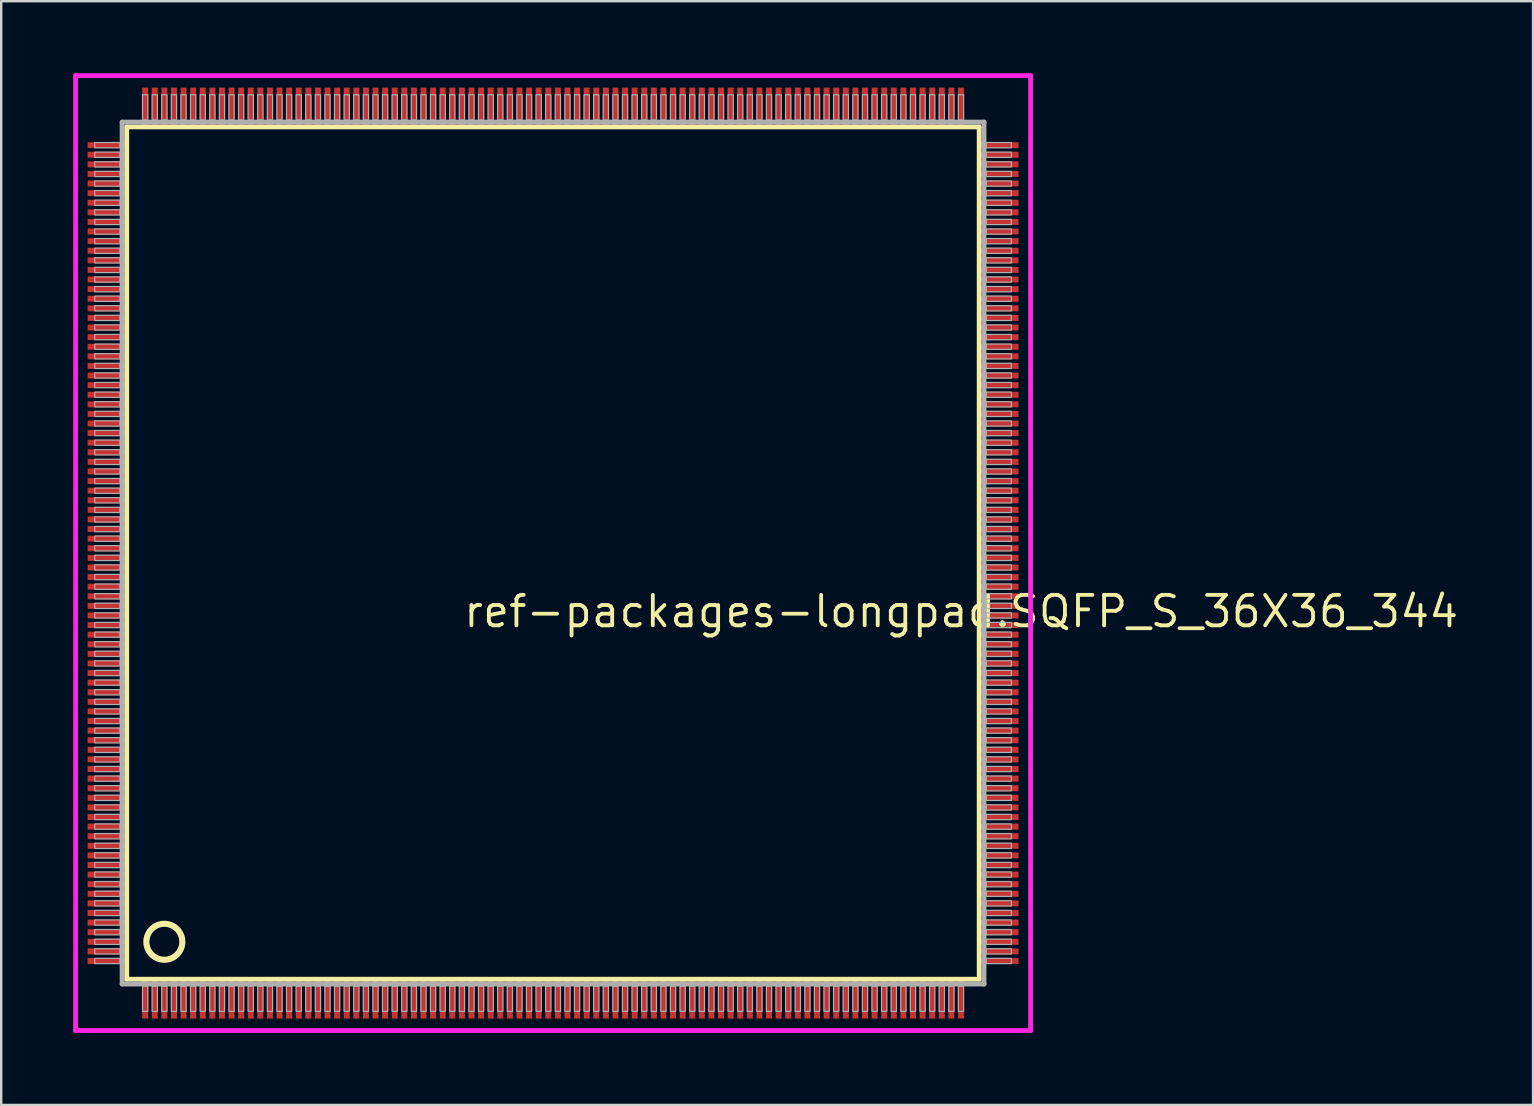
<source format=kicad_pcb>
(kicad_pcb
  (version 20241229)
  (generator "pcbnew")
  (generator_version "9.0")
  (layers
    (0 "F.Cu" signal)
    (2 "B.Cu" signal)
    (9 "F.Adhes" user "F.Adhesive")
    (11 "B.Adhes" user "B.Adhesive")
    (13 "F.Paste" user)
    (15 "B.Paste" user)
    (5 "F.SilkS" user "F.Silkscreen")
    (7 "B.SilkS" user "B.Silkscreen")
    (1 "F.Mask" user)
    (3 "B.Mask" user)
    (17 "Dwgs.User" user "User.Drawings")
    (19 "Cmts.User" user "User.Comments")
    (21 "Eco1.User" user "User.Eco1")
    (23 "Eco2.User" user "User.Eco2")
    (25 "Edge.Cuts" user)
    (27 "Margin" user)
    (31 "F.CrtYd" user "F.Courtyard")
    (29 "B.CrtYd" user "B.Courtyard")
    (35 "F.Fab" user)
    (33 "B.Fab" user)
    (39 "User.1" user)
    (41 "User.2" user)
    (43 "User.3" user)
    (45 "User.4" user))
  (footprint "ref-packages-longpad.SQFP_S_36X36_344"
    (layer "F.Cu")
    (at 20 20)
    (property "Reference" "ref-packages-longpad.SQFP_S_36X36_344" (at -3.81 3.175 0) (layer "F.SilkS") (effects (font (size 1.27 1.27) (thickness 0.16)) (justify left bottom)))
    (attr smd)
    (fp_line (start -17.77 -17.76) (end 17.76 -17.76) (stroke (width 0.203) (type default)) (layer "F.SilkS"))
    (fp_line (start -17.77 17.76) (end -17.77 -17.76) (stroke (width 0.203) (type default)) (layer "F.SilkS"))
    (fp_line (start 17.76 -17.76) (end 17.76 17.76) (stroke (width 0.203) (type default)) (layer "F.SilkS"))
    (fp_line (start 17.76 17.76) (end -17.77 17.76) (stroke (width 0.203) (type default)) (layer "F.SilkS"))
    (fp_circle (center -16.2 16.2) (end -15.45 16.2) (stroke (width 0.254) (type default)) (fill no) (layer "F.SilkS"))
    (fp_line (start -19.9 -19.9) (end 19.9 -19.9) (stroke (width 0.2) (type default)) (layer "F.CrtYd"))
    (fp_line (start -19.9 19.9) (end -19.9 -19.9) (stroke (width 0.2) (type default)) (layer "F.CrtYd"))
    (fp_line (start 19.9 -19.9) (end 19.9 19.9) (stroke (width 0.2) (type default)) (layer "F.CrtYd"))
    (fp_line (start 19.9 19.9) (end -19.9 19.9) (stroke (width 0.2) (type default)) (layer "F.CrtYd"))
    (fp_line (start -17.96 -17.96) (end -17.96 17.96) (stroke (width 0.203) (type default)) (layer "F.Fab"))
    (fp_line (start -17.96 17.96) (end 17.96 17.96) (stroke (width 0.203) (type default)) (layer "F.Fab"))
    (fp_line (start 17.96 -17.96) (end -17.96 -17.96) (stroke (width 0.203) (type default)) (layer "F.Fab"))
    (fp_line (start 17.96 17.96) (end 17.96 -17.96) (stroke (width 0.203) (type default)) (layer "F.Fab"))
    (fp_rect (start -19.1 -16.89) (end -18.05 -17.11) (stroke (width 0.05) (type default)) (fill no) (layer "F.Fab"))
    (fp_rect (start -19.1 -16.49) (end -18.05 -16.71) (stroke (width 0.05) (type default)) (fill no) (layer "F.Fab"))
    (fp_rect (start -19.1 -16.09) (end -18.05 -16.31) (stroke (width 0.05) (type default)) (fill no) (layer "F.Fab"))
    (fp_rect (start -19.1 -15.69) (end -18.05 -15.91) (stroke (width 0.05) (type default)) (fill no) (layer "F.Fab"))
    (fp_rect (start -19.1 -15.29) (end -18.05 -15.51) (stroke (width 0.05) (type default)) (fill no) (layer "F.Fab"))
    (fp_rect (start -19.1 -14.89) (end -18.05 -15.11) (stroke (width 0.05) (type default)) (fill no) (layer "F.Fab"))
    (fp_rect (start -19.1 -14.49) (end -18.05 -14.71) (stroke (width 0.05) (type default)) (fill no) (layer "F.Fab"))
    (fp_rect (start -19.1 -14.09) (end -18.05 -14.31) (stroke (width 0.05) (type default)) (fill no) (layer "F.Fab"))
    (fp_rect (start -19.1 -13.69) (end -18.05 -13.91) (stroke (width 0.05) (type default)) (fill no) (layer "F.Fab"))
    (fp_rect (start -19.1 -13.29) (end -18.05 -13.51) (stroke (width 0.05) (type default)) (fill no) (layer "F.Fab"))
    (fp_rect (start -19.1 -12.89) (end -18.05 -13.11) (stroke (width 0.05) (type default)) (fill no) (layer "F.Fab"))
    (fp_rect (start -19.1 -12.49) (end -18.05 -12.71) (stroke (width 0.05) (type default)) (fill no) (layer "F.Fab"))
    (fp_rect (start -19.1 -12.09) (end -18.05 -12.31) (stroke (width 0.05) (type default)) (fill no) (layer "F.Fab"))
    (fp_rect (start -19.1 -11.69) (end -18.05 -11.91) (stroke (width 0.05) (type default)) (fill no) (layer "F.Fab"))
    (fp_rect (start -19.1 -11.29) (end -18.05 -11.51) (stroke (width 0.05) (type default)) (fill no) (layer "F.Fab"))
    (fp_rect (start -19.1 -10.89) (end -18.05 -11.11) (stroke (width 0.05) (type default)) (fill no) (layer "F.Fab"))
    (fp_rect (start -19.1 -10.49) (end -18.05 -10.71) (stroke (width 0.05) (type default)) (fill no) (layer "F.Fab"))
    (fp_rect (start -19.1 -10.09) (end -18.05 -10.31) (stroke (width 0.05) (type default)) (fill no) (layer "F.Fab"))
    (fp_rect (start -19.1 -9.69) (end -18.05 -9.91) (stroke (width 0.05) (type default)) (fill no) (layer "F.Fab"))
    (fp_rect (start -19.1 -9.29) (end -18.05 -9.51) (stroke (width 0.05) (type default)) (fill no) (layer "F.Fab"))
    (fp_rect (start -19.1 -8.89) (end -18.05 -9.11) (stroke (width 0.05) (type default)) (fill no) (layer "F.Fab"))
    (fp_rect (start -19.1 -8.49) (end -18.05 -8.71) (stroke (width 0.05) (type default)) (fill no) (layer "F.Fab"))
    (fp_rect (start -19.1 -8.09) (end -18.05 -8.31) (stroke (width 0.05) (type default)) (fill no) (layer "F.Fab"))
    (fp_rect (start -19.1 -7.69) (end -18.05 -7.91) (stroke (width 0.05) (type default)) (fill no) (layer "F.Fab"))
    (fp_rect (start -19.1 -7.29) (end -18.05 -7.51) (stroke (width 0.05) (type default)) (fill no) (layer "F.Fab"))
    (fp_rect (start -19.1 -6.89) (end -18.05 -7.11) (stroke (width 0.05) (type default)) (fill no) (layer "F.Fab"))
    (fp_rect (start -19.1 -6.49) (end -18.05 -6.71) (stroke (width 0.05) (type default)) (fill no) (layer "F.Fab"))
    (fp_rect (start -19.1 -6.09) (end -18.05 -6.31) (stroke (width 0.05) (type default)) (fill no) (layer "F.Fab"))
    (fp_rect (start -19.1 -5.69) (end -18.05 -5.91) (stroke (width 0.05) (type default)) (fill no) (layer "F.Fab"))
    (fp_rect (start -19.1 -5.29) (end -18.05 -5.51) (stroke (width 0.05) (type default)) (fill no) (layer "F.Fab"))
    (fp_rect (start -19.1 -4.89) (end -18.05 -5.11) (stroke (width 0.05) (type default)) (fill no) (layer "F.Fab"))
    (fp_rect (start -19.1 -4.49) (end -18.05 -4.71) (stroke (width 0.05) (type default)) (fill no) (layer "F.Fab"))
    (fp_rect (start -19.1 -4.09) (end -18.05 -4.31) (stroke (width 0.05) (type default)) (fill no) (layer "F.Fab"))
    (fp_rect (start -19.1 -3.69) (end -18.05 -3.91) (stroke (width 0.05) (type default)) (fill no) (layer "F.Fab"))
    (fp_rect (start -19.1 -3.29) (end -18.05 -3.51) (stroke (width 0.05) (type default)) (fill no) (layer "F.Fab"))
    (fp_rect (start -19.1 -2.89) (end -18.05 -3.11) (stroke (width 0.05) (type default)) (fill no) (layer "F.Fab"))
    (fp_rect (start -19.1 -2.49) (end -18.05 -2.71) (stroke (width 0.05) (type default)) (fill no) (layer "F.Fab"))
    (fp_rect (start -19.1 -2.09) (end -18.05 -2.31) (stroke (width 0.05) (type default)) (fill no) (layer "F.Fab"))
    (fp_rect (start -19.1 -1.69) (end -18.05 -1.91) (stroke (width 0.05) (type default)) (fill no) (layer "F.Fab"))
    (fp_rect (start -19.1 -1.29) (end -18.05 -1.51) (stroke (width 0.05) (type default)) (fill no) (layer "F.Fab"))
    (fp_rect (start -19.1 -0.89) (end -18.05 -1.11) (stroke (width 0.05) (type default)) (fill no) (layer "F.Fab"))
    (fp_rect (start -19.1 -0.49) (end -18.05 -0.71) (stroke (width 0.05) (type default)) (fill no) (layer "F.Fab"))
    (fp_rect (start -19.1 -0.09) (end -18.05 -0.31) (stroke (width 0.05) (type default)) (fill no) (layer "F.Fab"))
    (fp_rect (start -19.1 0.31) (end -18.05 0.09) (stroke (width 0.05) (type default)) (fill no) (layer "F.Fab"))
    (fp_rect (start -19.1 0.71) (end -18.05 0.49) (stroke (width 0.05) (type default)) (fill no) (layer "F.Fab"))
    (fp_rect (start -19.1 1.11) (end -18.05 0.89) (stroke (width 0.05) (type default)) (fill no) (layer "F.Fab"))
    (fp_rect (start -19.1 1.51) (end -18.05 1.29) (stroke (width 0.05) (type default)) (fill no) (layer "F.Fab"))
    (fp_rect (start -19.1 1.91) (end -18.05 1.69) (stroke (width 0.05) (type default)) (fill no) (layer "F.Fab"))
    (fp_rect (start -19.1 2.31) (end -18.05 2.09) (stroke (width 0.05) (type default)) (fill no) (layer "F.Fab"))
    (fp_rect (start -19.1 2.71) (end -18.05 2.49) (stroke (width 0.05) (type default)) (fill no) (layer "F.Fab"))
    (fp_rect (start -19.1 3.11) (end -18.05 2.89) (stroke (width 0.05) (type default)) (fill no) (layer "F.Fab"))
    (fp_rect (start -19.1 3.51) (end -18.05 3.29) (stroke (width 0.05) (type default)) (fill no) (layer "F.Fab"))
    (fp_rect (start -19.1 3.91) (end -18.05 3.69) (stroke (width 0.05) (type default)) (fill no) (layer "F.Fab"))
    (fp_rect (start -19.1 4.31) (end -18.05 4.09) (stroke (width 0.05) (type default)) (fill no) (layer "F.Fab"))
    (fp_rect (start -19.1 4.71) (end -18.05 4.49) (stroke (width 0.05) (type default)) (fill no) (layer "F.Fab"))
    (fp_rect (start -19.1 5.11) (end -18.05 4.89) (stroke (width 0.05) (type default)) (fill no) (layer "F.Fab"))
    (fp_rect (start -19.1 5.51) (end -18.05 5.29) (stroke (width 0.05) (type default)) (fill no) (layer "F.Fab"))
    (fp_rect (start -19.1 5.91) (end -18.05 5.69) (stroke (width 0.05) (type default)) (fill no) (layer "F.Fab"))
    (fp_rect (start -19.1 6.31) (end -18.05 6.09) (stroke (width 0.05) (type default)) (fill no) (layer "F.Fab"))
    (fp_rect (start -19.1 6.71) (end -18.05 6.49) (stroke (width 0.05) (type default)) (fill no) (layer "F.Fab"))
    (fp_rect (start -19.1 7.11) (end -18.05 6.89) (stroke (width 0.05) (type default)) (fill no) (layer "F.Fab"))
    (fp_rect (start -19.1 7.51) (end -18.05 7.29) (stroke (width 0.05) (type default)) (fill no) (layer "F.Fab"))
    (fp_rect (start -19.1 7.91) (end -18.05 7.69) (stroke (width 0.05) (type default)) (fill no) (layer "F.Fab"))
    (fp_rect (start -19.1 8.31) (end -18.05 8.09) (stroke (width 0.05) (type default)) (fill no) (layer "F.Fab"))
    (fp_rect (start -19.1 8.71) (end -18.05 8.49) (stroke (width 0.05) (type default)) (fill no) (layer "F.Fab"))
    (fp_rect (start -19.1 9.11) (end -18.05 8.89) (stroke (width 0.05) (type default)) (fill no) (layer "F.Fab"))
    (fp_rect (start -19.1 9.51) (end -18.05 9.29) (stroke (width 0.05) (type default)) (fill no) (layer "F.Fab"))
    (fp_rect (start -19.1 9.91) (end -18.05 9.69) (stroke (width 0.05) (type default)) (fill no) (layer "F.Fab"))
    (fp_rect (start -19.1 10.31) (end -18.05 10.09) (stroke (width 0.05) (type default)) (fill no) (layer "F.Fab"))
    (fp_rect (start -19.1 10.71) (end -18.05 10.49) (stroke (width 0.05) (type default)) (fill no) (layer "F.Fab"))
    (fp_rect (start -19.1 11.11) (end -18.05 10.89) (stroke (width 0.05) (type default)) (fill no) (layer "F.Fab"))
    (fp_rect (start -19.1 11.51) (end -18.05 11.29) (stroke (width 0.05) (type default)) (fill no) (layer "F.Fab"))
    (fp_rect (start -19.1 11.91) (end -18.05 11.69) (stroke (width 0.05) (type default)) (fill no) (layer "F.Fab"))
    (fp_rect (start -19.1 12.31) (end -18.05 12.09) (stroke (width 0.05) (type default)) (fill no) (layer "F.Fab"))
    (fp_rect (start -19.1 12.71) (end -18.05 12.49) (stroke (width 0.05) (type default)) (fill no) (layer "F.Fab"))
    (fp_rect (start -19.1 13.11) (end -18.05 12.89) (stroke (width 0.05) (type default)) (fill no) (layer "F.Fab"))
    (fp_rect (start -19.1 13.51) (end -18.05 13.29) (stroke (width 0.05) (type default)) (fill no) (layer "F.Fab"))
    (fp_rect (start -19.1 13.91) (end -18.05 13.69) (stroke (width 0.05) (type default)) (fill no) (layer "F.Fab"))
    (fp_rect (start -19.1 14.31) (end -18.05 14.09) (stroke (width 0.05) (type default)) (fill no) (layer "F.Fab"))
    (fp_rect (start -19.1 14.71) (end -18.05 14.49) (stroke (width 0.05) (type default)) (fill no) (layer "F.Fab"))
    (fp_rect (start -19.1 15.11) (end -18.05 14.89) (stroke (width 0.05) (type default)) (fill no) (layer "F.Fab"))
    (fp_rect (start -19.1 15.51) (end -18.05 15.29) (stroke (width 0.05) (type default)) (fill no) (layer "F.Fab"))
    (fp_rect (start -19.1 15.91) (end -18.05 15.69) (stroke (width 0.05) (type default)) (fill no) (layer "F.Fab"))
    (fp_rect (start -19.1 16.31) (end -18.05 16.09) (stroke (width 0.05) (type default)) (fill no) (layer "F.Fab"))
    (fp_rect (start -19.1 16.71) (end -18.05 16.49) (stroke (width 0.05) (type default)) (fill no) (layer "F.Fab"))
    (fp_rect (start -19.1 17.11) (end -18.05 16.89) (stroke (width 0.05) (type default)) (fill no) (layer "F.Fab"))
    (fp_rect (start -17.11 -18.05) (end -16.89 -19.1) (stroke (width 0.05) (type default)) (fill no) (layer "F.Fab"))
    (fp_rect (start -17.11 19.1) (end -16.89 18.05) (stroke (width 0.05) (type default)) (fill no) (layer "F.Fab"))
    (fp_rect (start -16.71 -18.05) (end -16.49 -19.1) (stroke (width 0.05) (type default)) (fill no) (layer "F.Fab"))
    (fp_rect (start -16.71 19.1) (end -16.49 18.05) (stroke (width 0.05) (type default)) (fill no) (layer "F.Fab"))
    (fp_rect (start -16.31 -18.05) (end -16.09 -19.1) (stroke (width 0.05) (type default)) (fill no) (layer "F.Fab"))
    (fp_rect (start -16.31 19.1) (end -16.09 18.05) (stroke (width 0.05) (type default)) (fill no) (layer "F.Fab"))
    (fp_rect (start -15.91 -18.05) (end -15.69 -19.1) (stroke (width 0.05) (type default)) (fill no) (layer "F.Fab"))
    (fp_rect (start -15.91 19.1) (end -15.69 18.05) (stroke (width 0.05) (type default)) (fill no) (layer "F.Fab"))
    (fp_rect (start -15.51 -18.05) (end -15.29 -19.1) (stroke (width 0.05) (type default)) (fill no) (layer "F.Fab"))
    (fp_rect (start -15.51 19.1) (end -15.29 18.05) (stroke (width 0.05) (type default)) (fill no) (layer "F.Fab"))
    (fp_rect (start -15.11 -18.05) (end -14.89 -19.1) (stroke (width 0.05) (type default)) (fill no) (layer "F.Fab"))
    (fp_rect (start -15.11 19.1) (end -14.89 18.05) (stroke (width 0.05) (type default)) (fill no) (layer "F.Fab"))
    (fp_rect (start -14.71 -18.05) (end -14.49 -19.1) (stroke (width 0.05) (type default)) (fill no) (layer "F.Fab"))
    (fp_rect (start -14.71 19.1) (end -14.49 18.05) (stroke (width 0.05) (type default)) (fill no) (layer "F.Fab"))
    (fp_rect (start -14.31 -18.05) (end -14.09 -19.1) (stroke (width 0.05) (type default)) (fill no) (layer "F.Fab"))
    (fp_rect (start -14.31 19.1) (end -14.09 18.05) (stroke (width 0.05) (type default)) (fill no) (layer "F.Fab"))
    (fp_rect (start -13.91 -18.05) (end -13.69 -19.1) (stroke (width 0.05) (type default)) (fill no) (layer "F.Fab"))
    (fp_rect (start -13.91 19.1) (end -13.69 18.05) (stroke (width 0.05) (type default)) (fill no) (layer "F.Fab"))
    (fp_rect (start -13.51 -18.05) (end -13.29 -19.1) (stroke (width 0.05) (type default)) (fill no) (layer "F.Fab"))
    (fp_rect (start -13.51 19.1) (end -13.29 18.05) (stroke (width 0.05) (type default)) (fill no) (layer "F.Fab"))
    (fp_rect (start -13.11 -18.05) (end -12.89 -19.1) (stroke (width 0.05) (type default)) (fill no) (layer "F.Fab"))
    (fp_rect (start -13.11 19.1) (end -12.89 18.05) (stroke (width 0.05) (type default)) (fill no) (layer "F.Fab"))
    (fp_rect (start -12.71 -18.05) (end -12.49 -19.1) (stroke (width 0.05) (type default)) (fill no) (layer "F.Fab"))
    (fp_rect (start -12.71 19.1) (end -12.49 18.05) (stroke (width 0.05) (type default)) (fill no) (layer "F.Fab"))
    (fp_rect (start -12.31 -18.05) (end -12.09 -19.1) (stroke (width 0.05) (type default)) (fill no) (layer "F.Fab"))
    (fp_rect (start -12.31 19.1) (end -12.09 18.05) (stroke (width 0.05) (type default)) (fill no) (layer "F.Fab"))
    (fp_rect (start -11.91 -18.05) (end -11.69 -19.1) (stroke (width 0.05) (type default)) (fill no) (layer "F.Fab"))
    (fp_rect (start -11.91 19.1) (end -11.69 18.05) (stroke (width 0.05) (type default)) (fill no) (layer "F.Fab"))
    (fp_rect (start -11.51 -18.05) (end -11.29 -19.1) (stroke (width 0.05) (type default)) (fill no) (layer "F.Fab"))
    (fp_rect (start -11.51 19.1) (end -11.29 18.05) (stroke (width 0.05) (type default)) (fill no) (layer "F.Fab"))
    (fp_rect (start -11.11 -18.05) (end -10.89 -19.1) (stroke (width 0.05) (type default)) (fill no) (layer "F.Fab"))
    (fp_rect (start -11.11 19.1) (end -10.89 18.05) (stroke (width 0.05) (type default)) (fill no) (layer "F.Fab"))
    (fp_rect (start -10.71 -18.05) (end -10.49 -19.1) (stroke (width 0.05) (type default)) (fill no) (layer "F.Fab"))
    (fp_rect (start -10.71 19.1) (end -10.49 18.05) (stroke (width 0.05) (type default)) (fill no) (layer "F.Fab"))
    (fp_rect (start -10.31 -18.05) (end -10.09 -19.1) (stroke (width 0.05) (type default)) (fill no) (layer "F.Fab"))
    (fp_rect (start -10.31 19.1) (end -10.09 18.05) (stroke (width 0.05) (type default)) (fill no) (layer "F.Fab"))
    (fp_rect (start -9.91 -18.05) (end -9.69 -19.1) (stroke (width 0.05) (type default)) (fill no) (layer "F.Fab"))
    (fp_rect (start -9.91 19.1) (end -9.69 18.05) (stroke (width 0.05) (type default)) (fill no) (layer "F.Fab"))
    (fp_rect (start -9.51 -18.05) (end -9.29 -19.1) (stroke (width 0.05) (type default)) (fill no) (layer "F.Fab"))
    (fp_rect (start -9.51 19.1) (end -9.29 18.05) (stroke (width 0.05) (type default)) (fill no) (layer "F.Fab"))
    (fp_rect (start -9.11 -18.05) (end -8.89 -19.1) (stroke (width 0.05) (type default)) (fill no) (layer "F.Fab"))
    (fp_rect (start -9.11 19.1) (end -8.89 18.05) (stroke (width 0.05) (type default)) (fill no) (layer "F.Fab"))
    (fp_rect (start -8.71 -18.05) (end -8.49 -19.1) (stroke (width 0.05) (type default)) (fill no) (layer "F.Fab"))
    (fp_rect (start -8.71 19.1) (end -8.49 18.05) (stroke (width 0.05) (type default)) (fill no) (layer "F.Fab"))
    (fp_rect (start -8.31 -18.05) (end -8.09 -19.1) (stroke (width 0.05) (type default)) (fill no) (layer "F.Fab"))
    (fp_rect (start -8.31 19.1) (end -8.09 18.05) (stroke (width 0.05) (type default)) (fill no) (layer "F.Fab"))
    (fp_rect (start -7.91 -18.05) (end -7.69 -19.1) (stroke (width 0.05) (type default)) (fill no) (layer "F.Fab"))
    (fp_rect (start -7.91 19.1) (end -7.69 18.05) (stroke (width 0.05) (type default)) (fill no) (layer "F.Fab"))
    (fp_rect (start -7.51 -18.05) (end -7.29 -19.1) (stroke (width 0.05) (type default)) (fill no) (layer "F.Fab"))
    (fp_rect (start -7.51 19.1) (end -7.29 18.05) (stroke (width 0.05) (type default)) (fill no) (layer "F.Fab"))
    (fp_rect (start -7.11 -18.05) (end -6.89 -19.1) (stroke (width 0.05) (type default)) (fill no) (layer "F.Fab"))
    (fp_rect (start -7.11 19.1) (end -6.89 18.05) (stroke (width 0.05) (type default)) (fill no) (layer "F.Fab"))
    (fp_rect (start -6.71 -18.05) (end -6.49 -19.1) (stroke (width 0.05) (type default)) (fill no) (layer "F.Fab"))
    (fp_rect (start -6.71 19.1) (end -6.49 18.05) (stroke (width 0.05) (type default)) (fill no) (layer "F.Fab"))
    (fp_rect (start -6.31 -18.05) (end -6.09 -19.1) (stroke (width 0.05) (type default)) (fill no) (layer "F.Fab"))
    (fp_rect (start -6.31 19.1) (end -6.09 18.05) (stroke (width 0.05) (type default)) (fill no) (layer "F.Fab"))
    (fp_rect (start -5.91 -18.05) (end -5.69 -19.1) (stroke (width 0.05) (type default)) (fill no) (layer "F.Fab"))
    (fp_rect (start -5.91 19.1) (end -5.69 18.05) (stroke (width 0.05) (type default)) (fill no) (layer "F.Fab"))
    (fp_rect (start -5.51 -18.05) (end -5.29 -19.1) (stroke (width 0.05) (type default)) (fill no) (layer "F.Fab"))
    (fp_rect (start -5.51 19.1) (end -5.29 18.05) (stroke (width 0.05) (type default)) (fill no) (layer "F.Fab"))
    (fp_rect (start -5.11 -18.05) (end -4.89 -19.1) (stroke (width 0.05) (type default)) (fill no) (layer "F.Fab"))
    (fp_rect (start -5.11 19.1) (end -4.89 18.05) (stroke (width 0.05) (type default)) (fill no) (layer "F.Fab"))
    (fp_rect (start -4.71 -18.05) (end -4.49 -19.1) (stroke (width 0.05) (type default)) (fill no) (layer "F.Fab"))
    (fp_rect (start -4.71 19.1) (end -4.49 18.05) (stroke (width 0.05) (type default)) (fill no) (layer "F.Fab"))
    (fp_rect (start -4.31 -18.05) (end -4.09 -19.1) (stroke (width 0.05) (type default)) (fill no) (layer "F.Fab"))
    (fp_rect (start -4.31 19.1) (end -4.09 18.05) (stroke (width 0.05) (type default)) (fill no) (layer "F.Fab"))
    (fp_rect (start -3.91 -18.05) (end -3.69 -19.1) (stroke (width 0.05) (type default)) (fill no) (layer "F.Fab"))
    (fp_rect (start -3.91 19.1) (end -3.69 18.05) (stroke (width 0.05) (type default)) (fill no) (layer "F.Fab"))
    (fp_rect (start -3.51 -18.05) (end -3.29 -19.1) (stroke (width 0.05) (type default)) (fill no) (layer "F.Fab"))
    (fp_rect (start -3.51 19.1) (end -3.29 18.05) (stroke (width 0.05) (type default)) (fill no) (layer "F.Fab"))
    (fp_rect (start -3.11 -18.05) (end -2.89 -19.1) (stroke (width 0.05) (type default)) (fill no) (layer "F.Fab"))
    (fp_rect (start -3.11 19.1) (end -2.89 18.05) (stroke (width 0.05) (type default)) (fill no) (layer "F.Fab"))
    (fp_rect (start -2.71 -18.05) (end -2.49 -19.1) (stroke (width 0.05) (type default)) (fill no) (layer "F.Fab"))
    (fp_rect (start -2.71 19.1) (end -2.49 18.05) (stroke (width 0.05) (type default)) (fill no) (layer "F.Fab"))
    (fp_rect (start -2.31 -18.05) (end -2.09 -19.1) (stroke (width 0.05) (type default)) (fill no) (layer "F.Fab"))
    (fp_rect (start -2.31 19.1) (end -2.09 18.05) (stroke (width 0.05) (type default)) (fill no) (layer "F.Fab"))
    (fp_rect (start -1.91 -18.05) (end -1.69 -19.1) (stroke (width 0.05) (type default)) (fill no) (layer "F.Fab"))
    (fp_rect (start -1.91 19.1) (end -1.69 18.05) (stroke (width 0.05) (type default)) (fill no) (layer "F.Fab"))
    (fp_rect (start -1.51 -18.05) (end -1.29 -19.1) (stroke (width 0.05) (type default)) (fill no) (layer "F.Fab"))
    (fp_rect (start -1.51 19.1) (end -1.29 18.05) (stroke (width 0.05) (type default)) (fill no) (layer "F.Fab"))
    (fp_rect (start -1.11 -18.05) (end -0.89 -19.1) (stroke (width 0.05) (type default)) (fill no) (layer "F.Fab"))
    (fp_rect (start -1.11 19.1) (end -0.89 18.05) (stroke (width 0.05) (type default)) (fill no) (layer "F.Fab"))
    (fp_rect (start -0.71 -18.05) (end -0.49 -19.1) (stroke (width 0.05) (type default)) (fill no) (layer "F.Fab"))
    (fp_rect (start -0.71 19.1) (end -0.49 18.05) (stroke (width 0.05) (type default)) (fill no) (layer "F.Fab"))
    (fp_rect (start -0.31 -18.05) (end -0.09 -19.1) (stroke (width 0.05) (type default)) (fill no) (layer "F.Fab"))
    (fp_rect (start -0.31 19.1) (end -0.09 18.05) (stroke (width 0.05) (type default)) (fill no) (layer "F.Fab"))
    (fp_rect (start 0.09 -18.05) (end 0.31 -19.1) (stroke (width 0.05) (type default)) (fill no) (layer "F.Fab"))
    (fp_rect (start 0.09 19.1) (end 0.31 18.05) (stroke (width 0.05) (type default)) (fill no) (layer "F.Fab"))
    (fp_rect (start 0.49 -18.05) (end 0.71 -19.1) (stroke (width 0.05) (type default)) (fill no) (layer "F.Fab"))
    (fp_rect (start 0.49 19.1) (end 0.71 18.05) (stroke (width 0.05) (type default)) (fill no) (layer "F.Fab"))
    (fp_rect (start 0.89 -18.05) (end 1.11 -19.1) (stroke (width 0.05) (type default)) (fill no) (layer "F.Fab"))
    (fp_rect (start 0.89 19.1) (end 1.11 18.05) (stroke (width 0.05) (type default)) (fill no) (layer "F.Fab"))
    (fp_rect (start 1.29 -18.05) (end 1.51 -19.1) (stroke (width 0.05) (type default)) (fill no) (layer "F.Fab"))
    (fp_rect (start 1.29 19.1) (end 1.51 18.05) (stroke (width 0.05) (type default)) (fill no) (layer "F.Fab"))
    (fp_rect (start 1.69 -18.05) (end 1.91 -19.1) (stroke (width 0.05) (type default)) (fill no) (layer "F.Fab"))
    (fp_rect (start 1.69 19.1) (end 1.91 18.05) (stroke (width 0.05) (type default)) (fill no) (layer "F.Fab"))
    (fp_rect (start 2.09 -18.05) (end 2.31 -19.1) (stroke (width 0.05) (type default)) (fill no) (layer "F.Fab"))
    (fp_rect (start 2.09 19.1) (end 2.31 18.05) (stroke (width 0.05) (type default)) (fill no) (layer "F.Fab"))
    (fp_rect (start 2.49 -18.05) (end 2.71 -19.1) (stroke (width 0.05) (type default)) (fill no) (layer "F.Fab"))
    (fp_rect (start 2.49 19.1) (end 2.71 18.05) (stroke (width 0.05) (type default)) (fill no) (layer "F.Fab"))
    (fp_rect (start 2.89 -18.05) (end 3.11 -19.1) (stroke (width 0.05) (type default)) (fill no) (layer "F.Fab"))
    (fp_rect (start 2.89 19.1) (end 3.11 18.05) (stroke (width 0.05) (type default)) (fill no) (layer "F.Fab"))
    (fp_rect (start 3.29 -18.05) (end 3.51 -19.1) (stroke (width 0.05) (type default)) (fill no) (layer "F.Fab"))
    (fp_rect (start 3.29 19.1) (end 3.51 18.05) (stroke (width 0.05) (type default)) (fill no) (layer "F.Fab"))
    (fp_rect (start 3.69 -18.05) (end 3.91 -19.1) (stroke (width 0.05) (type default)) (fill no) (layer "F.Fab"))
    (fp_rect (start 3.69 19.1) (end 3.91 18.05) (stroke (width 0.05) (type default)) (fill no) (layer "F.Fab"))
    (fp_rect (start 4.09 -18.05) (end 4.31 -19.1) (stroke (width 0.05) (type default)) (fill no) (layer "F.Fab"))
    (fp_rect (start 4.09 19.1) (end 4.31 18.05) (stroke (width 0.05) (type default)) (fill no) (layer "F.Fab"))
    (fp_rect (start 4.49 -18.05) (end 4.71 -19.1) (stroke (width 0.05) (type default)) (fill no) (layer "F.Fab"))
    (fp_rect (start 4.49 19.1) (end 4.71 18.05) (stroke (width 0.05) (type default)) (fill no) (layer "F.Fab"))
    (fp_rect (start 4.89 -18.05) (end 5.11 -19.1) (stroke (width 0.05) (type default)) (fill no) (layer "F.Fab"))
    (fp_rect (start 4.89 19.1) (end 5.11 18.05) (stroke (width 0.05) (type default)) (fill no) (layer "F.Fab"))
    (fp_rect (start 5.29 -18.05) (end 5.51 -19.1) (stroke (width 0.05) (type default)) (fill no) (layer "F.Fab"))
    (fp_rect (start 5.29 19.1) (end 5.51 18.05) (stroke (width 0.05) (type default)) (fill no) (layer "F.Fab"))
    (fp_rect (start 5.69 -18.05) (end 5.91 -19.1) (stroke (width 0.05) (type default)) (fill no) (layer "F.Fab"))
    (fp_rect (start 5.69 19.1) (end 5.91 18.05) (stroke (width 0.05) (type default)) (fill no) (layer "F.Fab"))
    (fp_rect (start 6.09 -18.05) (end 6.31 -19.1) (stroke (width 0.05) (type default)) (fill no) (layer "F.Fab"))
    (fp_rect (start 6.09 19.1) (end 6.31 18.05) (stroke (width 0.05) (type default)) (fill no) (layer "F.Fab"))
    (fp_rect (start 6.49 -18.05) (end 6.71 -19.1) (stroke (width 0.05) (type default)) (fill no) (layer "F.Fab"))
    (fp_rect (start 6.49 19.1) (end 6.71 18.05) (stroke (width 0.05) (type default)) (fill no) (layer "F.Fab"))
    (fp_rect (start 6.89 -18.05) (end 7.11 -19.1) (stroke (width 0.05) (type default)) (fill no) (layer "F.Fab"))
    (fp_rect (start 6.89 19.1) (end 7.11 18.05) (stroke (width 0.05) (type default)) (fill no) (layer "F.Fab"))
    (fp_rect (start 7.29 -18.05) (end 7.51 -19.1) (stroke (width 0.05) (type default)) (fill no) (layer "F.Fab"))
    (fp_rect (start 7.29 19.1) (end 7.51 18.05) (stroke (width 0.05) (type default)) (fill no) (layer "F.Fab"))
    (fp_rect (start 7.69 -18.05) (end 7.91 -19.1) (stroke (width 0.05) (type default)) (fill no) (layer "F.Fab"))
    (fp_rect (start 7.69 19.1) (end 7.91 18.05) (stroke (width 0.05) (type default)) (fill no) (layer "F.Fab"))
    (fp_rect (start 8.09 -18.05) (end 8.31 -19.1) (stroke (width 0.05) (type default)) (fill no) (layer "F.Fab"))
    (fp_rect (start 8.09 19.1) (end 8.31 18.05) (stroke (width 0.05) (type default)) (fill no) (layer "F.Fab"))
    (fp_rect (start 8.49 -18.05) (end 8.71 -19.1) (stroke (width 0.05) (type default)) (fill no) (layer "F.Fab"))
    (fp_rect (start 8.49 19.1) (end 8.71 18.05) (stroke (width 0.05) (type default)) (fill no) (layer "F.Fab"))
    (fp_rect (start 8.89 -18.05) (end 9.11 -19.1) (stroke (width 0.05) (type default)) (fill no) (layer "F.Fab"))
    (fp_rect (start 8.89 19.1) (end 9.11 18.05) (stroke (width 0.05) (type default)) (fill no) (layer "F.Fab"))
    (fp_rect (start 9.29 -18.05) (end 9.51 -19.1) (stroke (width 0.05) (type default)) (fill no) (layer "F.Fab"))
    (fp_rect (start 9.29 19.1) (end 9.51 18.05) (stroke (width 0.05) (type default)) (fill no) (layer "F.Fab"))
    (fp_rect (start 9.69 -18.05) (end 9.91 -19.1) (stroke (width 0.05) (type default)) (fill no) (layer "F.Fab"))
    (fp_rect (start 9.69 19.1) (end 9.91 18.05) (stroke (width 0.05) (type default)) (fill no) (layer "F.Fab"))
    (fp_rect (start 10.09 -18.05) (end 10.31 -19.1) (stroke (width 0.05) (type default)) (fill no) (layer "F.Fab"))
    (fp_rect (start 10.09 19.1) (end 10.31 18.05) (stroke (width 0.05) (type default)) (fill no) (layer "F.Fab"))
    (fp_rect (start 10.49 -18.05) (end 10.71 -19.1) (stroke (width 0.05) (type default)) (fill no) (layer "F.Fab"))
    (fp_rect (start 10.49 19.1) (end 10.71 18.05) (stroke (width 0.05) (type default)) (fill no) (layer "F.Fab"))
    (fp_rect (start 10.89 -18.05) (end 11.11 -19.1) (stroke (width 0.05) (type default)) (fill no) (layer "F.Fab"))
    (fp_rect (start 10.89 19.1) (end 11.11 18.05) (stroke (width 0.05) (type default)) (fill no) (layer "F.Fab"))
    (fp_rect (start 11.29 -18.05) (end 11.51 -19.1) (stroke (width 0.05) (type default)) (fill no) (layer "F.Fab"))
    (fp_rect (start 11.29 19.1) (end 11.51 18.05) (stroke (width 0.05) (type default)) (fill no) (layer "F.Fab"))
    (fp_rect (start 11.69 -18.05) (end 11.91 -19.1) (stroke (width 0.05) (type default)) (fill no) (layer "F.Fab"))
    (fp_rect (start 11.69 19.1) (end 11.91 18.05) (stroke (width 0.05) (type default)) (fill no) (layer "F.Fab"))
    (fp_rect (start 12.09 -18.05) (end 12.31 -19.1) (stroke (width 0.05) (type default)) (fill no) (layer "F.Fab"))
    (fp_rect (start 12.09 19.1) (end 12.31 18.05) (stroke (width 0.05) (type default)) (fill no) (layer "F.Fab"))
    (fp_rect (start 12.49 -18.05) (end 12.71 -19.1) (stroke (width 0.05) (type default)) (fill no) (layer "F.Fab"))
    (fp_rect (start 12.49 19.1) (end 12.71 18.05) (stroke (width 0.05) (type default)) (fill no) (layer "F.Fab"))
    (fp_rect (start 12.89 -18.05) (end 13.11 -19.1) (stroke (width 0.05) (type default)) (fill no) (layer "F.Fab"))
    (fp_rect (start 12.89 19.1) (end 13.11 18.05) (stroke (width 0.05) (type default)) (fill no) (layer "F.Fab"))
    (fp_rect (start 13.29 -18.05) (end 13.51 -19.1) (stroke (width 0.05) (type default)) (fill no) (layer "F.Fab"))
    (fp_rect (start 13.29 19.1) (end 13.51 18.05) (stroke (width 0.05) (type default)) (fill no) (layer "F.Fab"))
    (fp_rect (start 13.69 -18.05) (end 13.91 -19.1) (stroke (width 0.05) (type default)) (fill no) (layer "F.Fab"))
    (fp_rect (start 13.69 19.1) (end 13.91 18.05) (stroke (width 0.05) (type default)) (fill no) (layer "F.Fab"))
    (fp_rect (start 14.09 -18.05) (end 14.31 -19.1) (stroke (width 0.05) (type default)) (fill no) (layer "F.Fab"))
    (fp_rect (start 14.09 19.1) (end 14.31 18.05) (stroke (width 0.05) (type default)) (fill no) (layer "F.Fab"))
    (fp_rect (start 14.49 -18.05) (end 14.71 -19.1) (stroke (width 0.05) (type default)) (fill no) (layer "F.Fab"))
    (fp_rect (start 14.49 19.1) (end 14.71 18.05) (stroke (width 0.05) (type default)) (fill no) (layer "F.Fab"))
    (fp_rect (start 14.89 -18.05) (end 15.11 -19.1) (stroke (width 0.05) (type default)) (fill no) (layer "F.Fab"))
    (fp_rect (start 14.89 19.1) (end 15.11 18.05) (stroke (width 0.05) (type default)) (fill no) (layer "F.Fab"))
    (fp_rect (start 15.29 -18.05) (end 15.51 -19.1) (stroke (width 0.05) (type default)) (fill no) (layer "F.Fab"))
    (fp_rect (start 15.29 19.1) (end 15.51 18.05) (stroke (width 0.05) (type default)) (fill no) (layer "F.Fab"))
    (fp_rect (start 15.69 -18.05) (end 15.91 -19.1) (stroke (width 0.05) (type default)) (fill no) (layer "F.Fab"))
    (fp_rect (start 15.69 19.1) (end 15.91 18.05) (stroke (width 0.05) (type default)) (fill no) (layer "F.Fab"))
    (fp_rect (start 16.09 -18.05) (end 16.31 -19.1) (stroke (width 0.05) (type default)) (fill no) (layer "F.Fab"))
    (fp_rect (start 16.09 19.1) (end 16.31 18.05) (stroke (width 0.05) (type default)) (fill no) (layer "F.Fab"))
    (fp_rect (start 16.49 -18.05) (end 16.71 -19.1) (stroke (width 0.05) (type default)) (fill no) (layer "F.Fab"))
    (fp_rect (start 16.49 19.1) (end 16.71 18.05) (stroke (width 0.05) (type default)) (fill no) (layer "F.Fab"))
    (fp_rect (start 16.89 -18.05) (end 17.11 -19.1) (stroke (width 0.05) (type default)) (fill no) (layer "F.Fab"))
    (fp_rect (start 16.89 19.1) (end 17.11 18.05) (stroke (width 0.05) (type default)) (fill no) (layer "F.Fab"))
    (fp_rect (start 18.05 -16.89) (end 19.1 -17.11) (stroke (width 0.05) (type default)) (fill no) (layer "F.Fab"))
    (fp_rect (start 18.05 -16.49) (end 19.1 -16.71) (stroke (width 0.05) (type default)) (fill no) (layer "F.Fab"))
    (fp_rect (start 18.05 -16.09) (end 19.1 -16.31) (stroke (width 0.05) (type default)) (fill no) (layer "F.Fab"))
    (fp_rect (start 18.05 -15.69) (end 19.1 -15.91) (stroke (width 0.05) (type default)) (fill no) (layer "F.Fab"))
    (fp_rect (start 18.05 -15.29) (end 19.1 -15.51) (stroke (width 0.05) (type default)) (fill no) (layer "F.Fab"))
    (fp_rect (start 18.05 -14.89) (end 19.1 -15.11) (stroke (width 0.05) (type default)) (fill no) (layer "F.Fab"))
    (fp_rect (start 18.05 -14.49) (end 19.1 -14.71) (stroke (width 0.05) (type default)) (fill no) (layer "F.Fab"))
    (fp_rect (start 18.05 -14.09) (end 19.1 -14.31) (stroke (width 0.05) (type default)) (fill no) (layer "F.Fab"))
    (fp_rect (start 18.05 -13.69) (end 19.1 -13.91) (stroke (width 0.05) (type default)) (fill no) (layer "F.Fab"))
    (fp_rect (start 18.05 -13.29) (end 19.1 -13.51) (stroke (width 0.05) (type default)) (fill no) (layer "F.Fab"))
    (fp_rect (start 18.05 -12.89) (end 19.1 -13.11) (stroke (width 0.05) (type default)) (fill no) (layer "F.Fab"))
    (fp_rect (start 18.05 -12.49) (end 19.1 -12.71) (stroke (width 0.05) (type default)) (fill no) (layer "F.Fab"))
    (fp_rect (start 18.05 -12.09) (end 19.1 -12.31) (stroke (width 0.05) (type default)) (fill no) (layer "F.Fab"))
    (fp_rect (start 18.05 -11.69) (end 19.1 -11.91) (stroke (width 0.05) (type default)) (fill no) (layer "F.Fab"))
    (fp_rect (start 18.05 -11.29) (end 19.1 -11.51) (stroke (width 0.05) (type default)) (fill no) (layer "F.Fab"))
    (fp_rect (start 18.05 -10.89) (end 19.1 -11.11) (stroke (width 0.05) (type default)) (fill no) (layer "F.Fab"))
    (fp_rect (start 18.05 -10.49) (end 19.1 -10.71) (stroke (width 0.05) (type default)) (fill no) (layer "F.Fab"))
    (fp_rect (start 18.05 -10.09) (end 19.1 -10.31) (stroke (width 0.05) (type default)) (fill no) (layer "F.Fab"))
    (fp_rect (start 18.05 -9.69) (end 19.1 -9.91) (stroke (width 0.05) (type default)) (fill no) (layer "F.Fab"))
    (fp_rect (start 18.05 -9.29) (end 19.1 -9.51) (stroke (width 0.05) (type default)) (fill no) (layer "F.Fab"))
    (fp_rect (start 18.05 -8.89) (end 19.1 -9.11) (stroke (width 0.05) (type default)) (fill no) (layer "F.Fab"))
    (fp_rect (start 18.05 -8.49) (end 19.1 -8.71) (stroke (width 0.05) (type default)) (fill no) (layer "F.Fab"))
    (fp_rect (start 18.05 -8.09) (end 19.1 -8.31) (stroke (width 0.05) (type default)) (fill no) (layer "F.Fab"))
    (fp_rect (start 18.05 -7.69) (end 19.1 -7.91) (stroke (width 0.05) (type default)) (fill no) (layer "F.Fab"))
    (fp_rect (start 18.05 -7.29) (end 19.1 -7.51) (stroke (width 0.05) (type default)) (fill no) (layer "F.Fab"))
    (fp_rect (start 18.05 -6.89) (end 19.1 -7.11) (stroke (width 0.05) (type default)) (fill no) (layer "F.Fab"))
    (fp_rect (start 18.05 -6.49) (end 19.1 -6.71) (stroke (width 0.05) (type default)) (fill no) (layer "F.Fab"))
    (fp_rect (start 18.05 -6.09) (end 19.1 -6.31) (stroke (width 0.05) (type default)) (fill no) (layer "F.Fab"))
    (fp_rect (start 18.05 -5.69) (end 19.1 -5.91) (stroke (width 0.05) (type default)) (fill no) (layer "F.Fab"))
    (fp_rect (start 18.05 -5.29) (end 19.1 -5.51) (stroke (width 0.05) (type default)) (fill no) (layer "F.Fab"))
    (fp_rect (start 18.05 -4.89) (end 19.1 -5.11) (stroke (width 0.05) (type default)) (fill no) (layer "F.Fab"))
    (fp_rect (start 18.05 -4.49) (end 19.1 -4.71) (stroke (width 0.05) (type default)) (fill no) (layer "F.Fab"))
    (fp_rect (start 18.05 -4.09) (end 19.1 -4.31) (stroke (width 0.05) (type default)) (fill no) (layer "F.Fab"))
    (fp_rect (start 18.05 -3.69) (end 19.1 -3.91) (stroke (width 0.05) (type default)) (fill no) (layer "F.Fab"))
    (fp_rect (start 18.05 -3.29) (end 19.1 -3.51) (stroke (width 0.05) (type default)) (fill no) (layer "F.Fab"))
    (fp_rect (start 18.05 -2.89) (end 19.1 -3.11) (stroke (width 0.05) (type default)) (fill no) (layer "F.Fab"))
    (fp_rect (start 18.05 -2.49) (end 19.1 -2.71) (stroke (width 0.05) (type default)) (fill no) (layer "F.Fab"))
    (fp_rect (start 18.05 -2.09) (end 19.1 -2.31) (stroke (width 0.05) (type default)) (fill no) (layer "F.Fab"))
    (fp_rect (start 18.05 -1.69) (end 19.1 -1.91) (stroke (width 0.05) (type default)) (fill no) (layer "F.Fab"))
    (fp_rect (start 18.05 -1.29) (end 19.1 -1.51) (stroke (width 0.05) (type default)) (fill no) (layer "F.Fab"))
    (fp_rect (start 18.05 -0.89) (end 19.1 -1.11) (stroke (width 0.05) (type default)) (fill no) (layer "F.Fab"))
    (fp_rect (start 18.05 -0.49) (end 19.1 -0.71) (stroke (width 0.05) (type default)) (fill no) (layer "F.Fab"))
    (fp_rect (start 18.05 -0.09) (end 19.1 -0.31) (stroke (width 0.05) (type default)) (fill no) (layer "F.Fab"))
    (fp_rect (start 18.05 0.31) (end 19.1 0.09) (stroke (width 0.05) (type default)) (fill no) (layer "F.Fab"))
    (fp_rect (start 18.05 0.71) (end 19.1 0.49) (stroke (width 0.05) (type default)) (fill no) (layer "F.Fab"))
    (fp_rect (start 18.05 1.11) (end 19.1 0.89) (stroke (width 0.05) (type default)) (fill no) (layer "F.Fab"))
    (fp_rect (start 18.05 1.51) (end 19.1 1.29) (stroke (width 0.05) (type default)) (fill no) (layer "F.Fab"))
    (fp_rect (start 18.05 1.91) (end 19.1 1.69) (stroke (width 0.05) (type default)) (fill no) (layer "F.Fab"))
    (fp_rect (start 18.05 2.31) (end 19.1 2.09) (stroke (width 0.05) (type default)) (fill no) (layer "F.Fab"))
    (fp_rect (start 18.05 2.71) (end 19.1 2.49) (stroke (width 0.05) (type default)) (fill no) (layer "F.Fab"))
    (fp_rect (start 18.05 3.11) (end 19.1 2.89) (stroke (width 0.05) (type default)) (fill no) (layer "F.Fab"))
    (fp_rect (start 18.05 3.51) (end 19.1 3.29) (stroke (width 0.05) (type default)) (fill no) (layer "F.Fab"))
    (fp_rect (start 18.05 3.91) (end 19.1 3.69) (stroke (width 0.05) (type default)) (fill no) (layer "F.Fab"))
    (fp_rect (start 18.05 4.31) (end 19.1 4.09) (stroke (width 0.05) (type default)) (fill no) (layer "F.Fab"))
    (fp_rect (start 18.05 4.71) (end 19.1 4.49) (stroke (width 0.05) (type default)) (fill no) (layer "F.Fab"))
    (fp_rect (start 18.05 5.11) (end 19.1 4.89) (stroke (width 0.05) (type default)) (fill no) (layer "F.Fab"))
    (fp_rect (start 18.05 5.51) (end 19.1 5.29) (stroke (width 0.05) (type default)) (fill no) (layer "F.Fab"))
    (fp_rect (start 18.05 5.91) (end 19.1 5.69) (stroke (width 0.05) (type default)) (fill no) (layer "F.Fab"))
    (fp_rect (start 18.05 6.31) (end 19.1 6.09) (stroke (width 0.05) (type default)) (fill no) (layer "F.Fab"))
    (fp_rect (start 18.05 6.71) (end 19.1 6.49) (stroke (width 0.05) (type default)) (fill no) (layer "F.Fab"))
    (fp_rect (start 18.05 7.11) (end 19.1 6.89) (stroke (width 0.05) (type default)) (fill no) (layer "F.Fab"))
    (fp_rect (start 18.05 7.51) (end 19.1 7.29) (stroke (width 0.05) (type default)) (fill no) (layer "F.Fab"))
    (fp_rect (start 18.05 7.91) (end 19.1 7.69) (stroke (width 0.05) (type default)) (fill no) (layer "F.Fab"))
    (fp_rect (start 18.05 8.31) (end 19.1 8.09) (stroke (width 0.05) (type default)) (fill no) (layer "F.Fab"))
    (fp_rect (start 18.05 8.71) (end 19.1 8.49) (stroke (width 0.05) (type default)) (fill no) (layer "F.Fab"))
    (fp_rect (start 18.05 9.11) (end 19.1 8.89) (stroke (width 0.05) (type default)) (fill no) (layer "F.Fab"))
    (fp_rect (start 18.05 9.51) (end 19.1 9.29) (stroke (width 0.05) (type default)) (fill no) (layer "F.Fab"))
    (fp_rect (start 18.05 9.91) (end 19.1 9.69) (stroke (width 0.05) (type default)) (fill no) (layer "F.Fab"))
    (fp_rect (start 18.05 10.31) (end 19.1 10.09) (stroke (width 0.05) (type default)) (fill no) (layer "F.Fab"))
    (fp_rect (start 18.05 10.71) (end 19.1 10.49) (stroke (width 0.05) (type default)) (fill no) (layer "F.Fab"))
    (fp_rect (start 18.05 11.11) (end 19.1 10.89) (stroke (width 0.05) (type default)) (fill no) (layer "F.Fab"))
    (fp_rect (start 18.05 11.51) (end 19.1 11.29) (stroke (width 0.05) (type default)) (fill no) (layer "F.Fab"))
    (fp_rect (start 18.05 11.91) (end 19.1 11.69) (stroke (width 0.05) (type default)) (fill no) (layer "F.Fab"))
    (fp_rect (start 18.05 12.31) (end 19.1 12.09) (stroke (width 0.05) (type default)) (fill no) (layer "F.Fab"))
    (fp_rect (start 18.05 12.71) (end 19.1 12.49) (stroke (width 0.05) (type default)) (fill no) (layer "F.Fab"))
    (fp_rect (start 18.05 13.11) (end 19.1 12.89) (stroke (width 0.05) (type default)) (fill no) (layer "F.Fab"))
    (fp_rect (start 18.05 13.51) (end 19.1 13.29) (stroke (width 0.05) (type default)) (fill no) (layer "F.Fab"))
    (fp_rect (start 18.05 13.91) (end 19.1 13.69) (stroke (width 0.05) (type default)) (fill no) (layer "F.Fab"))
    (fp_rect (start 18.05 14.31) (end 19.1 14.09) (stroke (width 0.05) (type default)) (fill no) (layer "F.Fab"))
    (fp_rect (start 18.05 14.71) (end 19.1 14.49) (stroke (width 0.05) (type default)) (fill no) (layer "F.Fab"))
    (fp_rect (start 18.05 15.11) (end 19.1 14.89) (stroke (width 0.05) (type default)) (fill no) (layer "F.Fab"))
    (fp_rect (start 18.05 15.51) (end 19.1 15.29) (stroke (width 0.05) (type default)) (fill no) (layer "F.Fab"))
    (fp_rect (start 18.05 15.91) (end 19.1 15.69) (stroke (width 0.05) (type default)) (fill no) (layer "F.Fab"))
    (fp_rect (start 18.05 16.31) (end 19.1 16.09) (stroke (width 0.05) (type default)) (fill no) (layer "F.Fab"))
    (fp_rect (start 18.05 16.71) (end 19.1 16.49) (stroke (width 0.05) (type default)) (fill no) (layer "F.Fab"))
    (fp_rect (start 18.05 17.11) (end 19.1 16.89) (stroke (width 0.05) (type default)) (fill no) (layer "F.Fab"))
    (pad "1" smd roundrect (at -17 18.6) (size 0.25 1.6) (layers "F.Cu" "F.Mask" "F.Paste") (roundrect_rratio 0.01))
    (pad "2" smd roundrect (at -16.6 18.6) (size 0.25 1.6) (layers "F.Cu" "F.Mask" "F.Paste") (roundrect_rratio 0.01))
    (pad "3" smd roundrect (at -16.2 18.6) (size 0.25 1.6) (layers "F.Cu" "F.Mask" "F.Paste") (roundrect_rratio 0.01))
    (pad "4" smd roundrect (at -15.8 18.6) (size 0.25 1.6) (layers "F.Cu" "F.Mask" "F.Paste") (roundrect_rratio 0.01))
    (pad "5" smd roundrect (at -15.4 18.6) (size 0.25 1.6) (layers "F.Cu" "F.Mask" "F.Paste") (roundrect_rratio 0.01))
    (pad "6" smd roundrect (at -15 18.6) (size 0.25 1.6) (layers "F.Cu" "F.Mask" "F.Paste") (roundrect_rratio 0.01))
    (pad "7" smd roundrect (at -14.6 18.6) (size 0.25 1.6) (layers "F.Cu" "F.Mask" "F.Paste") (roundrect_rratio 0.01))
    (pad "8" smd roundrect (at -14.2 18.6) (size 0.25 1.6) (layers "F.Cu" "F.Mask" "F.Paste") (roundrect_rratio 0.01))
    (pad "9" smd roundrect (at -13.8 18.6) (size 0.25 1.6) (layers "F.Cu" "F.Mask" "F.Paste") (roundrect_rratio 0.01))
    (pad "10" smd roundrect (at -13.4 18.6) (size 0.25 1.6) (layers "F.Cu" "F.Mask" "F.Paste") (roundrect_rratio 0.01))
    (pad "11" smd roundrect (at -13 18.6) (size 0.25 1.6) (layers "F.Cu" "F.Mask" "F.Paste") (roundrect_rratio 0.01))
    (pad "12" smd roundrect (at -12.6 18.6) (size 0.25 1.6) (layers "F.Cu" "F.Mask" "F.Paste") (roundrect_rratio 0.01))
    (pad "13" smd roundrect (at -12.2 18.6) (size 0.25 1.6) (layers "F.Cu" "F.Mask" "F.Paste") (roundrect_rratio 0.01))
    (pad "14" smd roundrect (at -11.8 18.6) (size 0.25 1.6) (layers "F.Cu" "F.Mask" "F.Paste") (roundrect_rratio 0.01))
    (pad "15" smd roundrect (at -11.4 18.6) (size 0.25 1.6) (layers "F.Cu" "F.Mask" "F.Paste") (roundrect_rratio 0.01))
    (pad "16" smd roundrect (at -11 18.6) (size 0.25 1.6) (layers "F.Cu" "F.Mask" "F.Paste") (roundrect_rratio 0.01))
    (pad "17" smd roundrect (at -10.6 18.6) (size 0.25 1.6) (layers "F.Cu" "F.Mask" "F.Paste") (roundrect_rratio 0.01))
    (pad "18" smd roundrect (at -10.2 18.6) (size 0.25 1.6) (layers "F.Cu" "F.Mask" "F.Paste") (roundrect_rratio 0.01))
    (pad "19" smd roundrect (at -9.8 18.6) (size 0.25 1.6) (layers "F.Cu" "F.Mask" "F.Paste") (roundrect_rratio 0.01))
    (pad "20" smd roundrect (at -9.4 18.6) (size 0.25 1.6) (layers "F.Cu" "F.Mask" "F.Paste") (roundrect_rratio 0.01))
    (pad "21" smd roundrect (at -9 18.6) (size 0.25 1.6) (layers "F.Cu" "F.Mask" "F.Paste") (roundrect_rratio 0.01))
    (pad "22" smd roundrect (at -8.6 18.6) (size 0.25 1.6) (layers "F.Cu" "F.Mask" "F.Paste") (roundrect_rratio 0.01))
    (pad "23" smd roundrect (at -8.2 18.6) (size 0.25 1.6) (layers "F.Cu" "F.Mask" "F.Paste") (roundrect_rratio 0.01))
    (pad "24" smd roundrect (at -7.8 18.6) (size 0.25 1.6) (layers "F.Cu" "F.Mask" "F.Paste") (roundrect_rratio 0.01))
    (pad "25" smd roundrect (at -7.4 18.6) (size 0.25 1.6) (layers "F.Cu" "F.Mask" "F.Paste") (roundrect_rratio 0.01))
    (pad "26" smd roundrect (at -7 18.6) (size 0.25 1.6) (layers "F.Cu" "F.Mask" "F.Paste") (roundrect_rratio 0.01))
    (pad "27" smd roundrect (at -6.6 18.6) (size 0.25 1.6) (layers "F.Cu" "F.Mask" "F.Paste") (roundrect_rratio 0.01))
    (pad "28" smd roundrect (at -6.2 18.6) (size 0.25 1.6) (layers "F.Cu" "F.Mask" "F.Paste") (roundrect_rratio 0.01))
    (pad "29" smd roundrect (at -5.8 18.6) (size 0.25 1.6) (layers "F.Cu" "F.Mask" "F.Paste") (roundrect_rratio 0.01))
    (pad "30" smd roundrect (at -5.4 18.6) (size 0.25 1.6) (layers "F.Cu" "F.Mask" "F.Paste") (roundrect_rratio 0.01))
    (pad "31" smd roundrect (at -5 18.6) (size 0.25 1.6) (layers "F.Cu" "F.Mask" "F.Paste") (roundrect_rratio 0.01))
    (pad "32" smd roundrect (at -4.6 18.6) (size 0.25 1.6) (layers "F.Cu" "F.Mask" "F.Paste") (roundrect_rratio 0.01))
    (pad "33" smd roundrect (at -4.2 18.6) (size 0.25 1.6) (layers "F.Cu" "F.Mask" "F.Paste") (roundrect_rratio 0.01))
    (pad "34" smd roundrect (at -3.8 18.6) (size 0.25 1.6) (layers "F.Cu" "F.Mask" "F.Paste") (roundrect_rratio 0.01))
    (pad "35" smd roundrect (at -3.4 18.6) (size 0.25 1.6) (layers "F.Cu" "F.Mask" "F.Paste") (roundrect_rratio 0.01))
    (pad "36" smd roundrect (at -3 18.6) (size 0.25 1.6) (layers "F.Cu" "F.Mask" "F.Paste") (roundrect_rratio 0.01))
    (pad "37" smd roundrect (at -2.6 18.6) (size 0.25 1.6) (layers "F.Cu" "F.Mask" "F.Paste") (roundrect_rratio 0.01))
    (pad "38" smd roundrect (at -2.2 18.6) (size 0.25 1.6) (layers "F.Cu" "F.Mask" "F.Paste") (roundrect_rratio 0.01))
    (pad "39" smd roundrect (at -1.8 18.6) (size 0.25 1.6) (layers "F.Cu" "F.Mask" "F.Paste") (roundrect_rratio 0.01))
    (pad "40" smd roundrect (at -1.4 18.6) (size 0.25 1.6) (layers "F.Cu" "F.Mask" "F.Paste") (roundrect_rratio 0.01))
    (pad "41" smd roundrect (at -1 18.6) (size 0.25 1.6) (layers "F.Cu" "F.Mask" "F.Paste") (roundrect_rratio 0.01))
    (pad "42" smd roundrect (at -0.6 18.6) (size 0.25 1.6) (layers "F.Cu" "F.Mask" "F.Paste") (roundrect_rratio 0.01))
    (pad "43" smd roundrect (at -0.2 18.6) (size 0.25 1.6) (layers "F.Cu" "F.Mask" "F.Paste") (roundrect_rratio 0.01))
    (pad "44" smd roundrect (at 0.2 18.6) (size 0.25 1.6) (layers "F.Cu" "F.Mask" "F.Paste") (roundrect_rratio 0.01))
    (pad "45" smd roundrect (at 0.6 18.6) (size 0.25 1.6) (layers "F.Cu" "F.Mask" "F.Paste") (roundrect_rratio 0.01))
    (pad "46" smd roundrect (at 1 18.6) (size 0.25 1.6) (layers "F.Cu" "F.Mask" "F.Paste") (roundrect_rratio 0.01))
    (pad "47" smd roundrect (at 1.4 18.6) (size 0.25 1.6) (layers "F.Cu" "F.Mask" "F.Paste") (roundrect_rratio 0.01))
    (pad "48" smd roundrect (at 1.8 18.6) (size 0.25 1.6) (layers "F.Cu" "F.Mask" "F.Paste") (roundrect_rratio 0.01))
    (pad "49" smd roundrect (at 2.2 18.6) (size 0.25 1.6) (layers "F.Cu" "F.Mask" "F.Paste") (roundrect_rratio 0.01))
    (pad "50" smd roundrect (at 2.6 18.6) (size 0.25 1.6) (layers "F.Cu" "F.Mask" "F.Paste") (roundrect_rratio 0.01))
    (pad "51" smd roundrect (at 3 18.6) (size 0.25 1.6) (layers "F.Cu" "F.Mask" "F.Paste") (roundrect_rratio 0.01))
    (pad "52" smd roundrect (at 3.4 18.6) (size 0.25 1.6) (layers "F.Cu" "F.Mask" "F.Paste") (roundrect_rratio 0.01))
    (pad "53" smd roundrect (at 3.8 18.6) (size 0.25 1.6) (layers "F.Cu" "F.Mask" "F.Paste") (roundrect_rratio 0.01))
    (pad "54" smd roundrect (at 4.2 18.6) (size 0.25 1.6) (layers "F.Cu" "F.Mask" "F.Paste") (roundrect_rratio 0.01))
    (pad "55" smd roundrect (at 4.6 18.6) (size 0.25 1.6) (layers "F.Cu" "F.Mask" "F.Paste") (roundrect_rratio 0.01))
    (pad "56" smd roundrect (at 5 18.6) (size 0.25 1.6) (layers "F.Cu" "F.Mask" "F.Paste") (roundrect_rratio 0.01))
    (pad "57" smd roundrect (at 5.4 18.6) (size 0.25 1.6) (layers "F.Cu" "F.Mask" "F.Paste") (roundrect_rratio 0.01))
    (pad "58" smd roundrect (at 5.8 18.6) (size 0.25 1.6) (layers "F.Cu" "F.Mask" "F.Paste") (roundrect_rratio 0.01))
    (pad "59" smd roundrect (at 6.2 18.6) (size 0.25 1.6) (layers "F.Cu" "F.Mask" "F.Paste") (roundrect_rratio 0.01))
    (pad "60" smd roundrect (at 6.6 18.6) (size 0.25 1.6) (layers "F.Cu" "F.Mask" "F.Paste") (roundrect_rratio 0.01))
    (pad "61" smd roundrect (at 7 18.6) (size 0.25 1.6) (layers "F.Cu" "F.Mask" "F.Paste") (roundrect_rratio 0.01))
    (pad "62" smd roundrect (at 7.4 18.6) (size 0.25 1.6) (layers "F.Cu" "F.Mask" "F.Paste") (roundrect_rratio 0.01))
    (pad "63" smd roundrect (at 7.8 18.6) (size 0.25 1.6) (layers "F.Cu" "F.Mask" "F.Paste") (roundrect_rratio 0.01))
    (pad "64" smd roundrect (at 8.2 18.6) (size 0.25 1.6) (layers "F.Cu" "F.Mask" "F.Paste") (roundrect_rratio 0.01))
    (pad "65" smd roundrect (at 8.6 18.6) (size 0.25 1.6) (layers "F.Cu" "F.Mask" "F.Paste") (roundrect_rratio 0.01))
    (pad "66" smd roundrect (at 9 18.6) (size 0.25 1.6) (layers "F.Cu" "F.Mask" "F.Paste") (roundrect_rratio 0.01))
    (pad "67" smd roundrect (at 9.4 18.6) (size 0.25 1.6) (layers "F.Cu" "F.Mask" "F.Paste") (roundrect_rratio 0.01))
    (pad "68" smd roundrect (at 9.8 18.6) (size 0.25 1.6) (layers "F.Cu" "F.Mask" "F.Paste") (roundrect_rratio 0.01))
    (pad "69" smd roundrect (at 10.2 18.6) (size 0.25 1.6) (layers "F.Cu" "F.Mask" "F.Paste") (roundrect_rratio 0.01))
    (pad "70" smd roundrect (at 10.6 18.6) (size 0.25 1.6) (layers "F.Cu" "F.Mask" "F.Paste") (roundrect_rratio 0.01))
    (pad "71" smd roundrect (at 11 18.6) (size 0.25 1.6) (layers "F.Cu" "F.Mask" "F.Paste") (roundrect_rratio 0.01))
    (pad "72" smd roundrect (at 11.4 18.6) (size 0.25 1.6) (layers "F.Cu" "F.Mask" "F.Paste") (roundrect_rratio 0.01))
    (pad "73" smd roundrect (at 11.8 18.6) (size 0.25 1.6) (layers "F.Cu" "F.Mask" "F.Paste") (roundrect_rratio 0.01))
    (pad "74" smd roundrect (at 12.2 18.6) (size 0.25 1.6) (layers "F.Cu" "F.Mask" "F.Paste") (roundrect_rratio 0.01))
    (pad "75" smd roundrect (at 12.6 18.6) (size 0.25 1.6) (layers "F.Cu" "F.Mask" "F.Paste") (roundrect_rratio 0.01))
    (pad "76" smd roundrect (at 13 18.6) (size 0.25 1.6) (layers "F.Cu" "F.Mask" "F.Paste") (roundrect_rratio 0.01))
    (pad "77" smd roundrect (at 13.4 18.6) (size 0.25 1.6) (layers "F.Cu" "F.Mask" "F.Paste") (roundrect_rratio 0.01))
    (pad "78" smd roundrect (at 13.8 18.6) (size 0.25 1.6) (layers "F.Cu" "F.Mask" "F.Paste") (roundrect_rratio 0.01))
    (pad "79" smd roundrect (at 14.2 18.6) (size 0.25 1.6) (layers "F.Cu" "F.Mask" "F.Paste") (roundrect_rratio 0.01))
    (pad "80" smd roundrect (at 14.6 18.6) (size 0.25 1.6) (layers "F.Cu" "F.Mask" "F.Paste") (roundrect_rratio 0.01))
    (pad "81" smd roundrect (at 15 18.6) (size 0.25 1.6) (layers "F.Cu" "F.Mask" "F.Paste") (roundrect_rratio 0.01))
    (pad "82" smd roundrect (at 15.4 18.6) (size 0.25 1.6) (layers "F.Cu" "F.Mask" "F.Paste") (roundrect_rratio 0.01))
    (pad "83" smd roundrect (at 15.8 18.6) (size 0.25 1.6) (layers "F.Cu" "F.Mask" "F.Paste") (roundrect_rratio 0.01))
    (pad "84" smd roundrect (at 16.2 18.6) (size 0.25 1.6) (layers "F.Cu" "F.Mask" "F.Paste") (roundrect_rratio 0.01))
    (pad "85" smd roundrect (at 16.6 18.6) (size 0.25 1.6) (layers "F.Cu" "F.Mask" "F.Paste") (roundrect_rratio 0.01))
    (pad "86" smd roundrect (at 17 18.6) (size 0.25 1.6) (layers "F.Cu" "F.Mask" "F.Paste") (roundrect_rratio 0.01))
    (pad "87" smd roundrect (at 18.6 17) (size 1.6 0.25) (layers "F.Cu" "F.Mask" "F.Paste") (roundrect_rratio 0.01))
    (pad "88" smd roundrect (at 18.6 16.6) (size 1.6 0.25) (layers "F.Cu" "F.Mask" "F.Paste") (roundrect_rratio 0.01))
    (pad "89" smd roundrect (at 18.6 16.2) (size 1.6 0.25) (layers "F.Cu" "F.Mask" "F.Paste") (roundrect_rratio 0.01))
    (pad "90" smd roundrect (at 18.6 15.8) (size 1.6 0.25) (layers "F.Cu" "F.Mask" "F.Paste") (roundrect_rratio 0.01))
    (pad "91" smd roundrect (at 18.6 15.4) (size 1.6 0.25) (layers "F.Cu" "F.Mask" "F.Paste") (roundrect_rratio 0.01))
    (pad "92" smd roundrect (at 18.6 15) (size 1.6 0.25) (layers "F.Cu" "F.Mask" "F.Paste") (roundrect_rratio 0.01))
    (pad "93" smd roundrect (at 18.6 14.6) (size 1.6 0.25) (layers "F.Cu" "F.Mask" "F.Paste") (roundrect_rratio 0.01))
    (pad "94" smd roundrect (at 18.6 14.2) (size 1.6 0.25) (layers "F.Cu" "F.Mask" "F.Paste") (roundrect_rratio 0.01))
    (pad "95" smd roundrect (at 18.6 13.8) (size 1.6 0.25) (layers "F.Cu" "F.Mask" "F.Paste") (roundrect_rratio 0.01))
    (pad "96" smd roundrect (at 18.6 13.4) (size 1.6 0.25) (layers "F.Cu" "F.Mask" "F.Paste") (roundrect_rratio 0.01))
    (pad "97" smd roundrect (at 18.6 13) (size 1.6 0.25) (layers "F.Cu" "F.Mask" "F.Paste") (roundrect_rratio 0.01))
    (pad "98" smd roundrect (at 18.6 12.6) (size 1.6 0.25) (layers "F.Cu" "F.Mask" "F.Paste") (roundrect_rratio 0.01))
    (pad "99" smd roundrect (at 18.6 12.2) (size 1.6 0.25) (layers "F.Cu" "F.Mask" "F.Paste") (roundrect_rratio 0.01))
    (pad "100" smd roundrect (at 18.6 11.8) (size 1.6 0.25) (layers "F.Cu" "F.Mask" "F.Paste") (roundrect_rratio 0.01))
    (pad "101" smd roundrect (at 18.6 11.4) (size 1.6 0.25) (layers "F.Cu" "F.Mask" "F.Paste") (roundrect_rratio 0.01))
    (pad "102" smd roundrect (at 18.6 11) (size 1.6 0.25) (layers "F.Cu" "F.Mask" "F.Paste") (roundrect_rratio 0.01))
    (pad "103" smd roundrect (at 18.6 10.6) (size 1.6 0.25) (layers "F.Cu" "F.Mask" "F.Paste") (roundrect_rratio 0.01))
    (pad "104" smd roundrect (at 18.6 10.2) (size 1.6 0.25) (layers "F.Cu" "F.Mask" "F.Paste") (roundrect_rratio 0.01))
    (pad "105" smd roundrect (at 18.6 9.8) (size 1.6 0.25) (layers "F.Cu" "F.Mask" "F.Paste") (roundrect_rratio 0.01))
    (pad "106" smd roundrect (at 18.6 9.4) (size 1.6 0.25) (layers "F.Cu" "F.Mask" "F.Paste") (roundrect_rratio 0.01))
    (pad "107" smd roundrect (at 18.6 9) (size 1.6 0.25) (layers "F.Cu" "F.Mask" "F.Paste") (roundrect_rratio 0.01))
    (pad "108" smd roundrect (at 18.6 8.6) (size 1.6 0.25) (layers "F.Cu" "F.Mask" "F.Paste") (roundrect_rratio 0.01))
    (pad "109" smd roundrect (at 18.6 8.2) (size 1.6 0.25) (layers "F.Cu" "F.Mask" "F.Paste") (roundrect_rratio 0.01))
    (pad "110" smd roundrect (at 18.6 7.8) (size 1.6 0.25) (layers "F.Cu" "F.Mask" "F.Paste") (roundrect_rratio 0.01))
    (pad "111" smd roundrect (at 18.6 7.4) (size 1.6 0.25) (layers "F.Cu" "F.Mask" "F.Paste") (roundrect_rratio 0.01))
    (pad "112" smd roundrect (at 18.6 7) (size 1.6 0.25) (layers "F.Cu" "F.Mask" "F.Paste") (roundrect_rratio 0.01))
    (pad "113" smd roundrect (at 18.6 6.6) (size 1.6 0.25) (layers "F.Cu" "F.Mask" "F.Paste") (roundrect_rratio 0.01))
    (pad "114" smd roundrect (at 18.6 6.2) (size 1.6 0.25) (layers "F.Cu" "F.Mask" "F.Paste") (roundrect_rratio 0.01))
    (pad "115" smd roundrect (at 18.6 5.8) (size 1.6 0.25) (layers "F.Cu" "F.Mask" "F.Paste") (roundrect_rratio 0.01))
    (pad "116" smd roundrect (at 18.6 5.4) (size 1.6 0.25) (layers "F.Cu" "F.Mask" "F.Paste") (roundrect_rratio 0.01))
    (pad "117" smd roundrect (at 18.6 5) (size 1.6 0.25) (layers "F.Cu" "F.Mask" "F.Paste") (roundrect_rratio 0.01))
    (pad "118" smd roundrect (at 18.6 4.6) (size 1.6 0.25) (layers "F.Cu" "F.Mask" "F.Paste") (roundrect_rratio 0.01))
    (pad "119" smd roundrect (at 18.6 4.2) (size 1.6 0.25) (layers "F.Cu" "F.Mask" "F.Paste") (roundrect_rratio 0.01))
    (pad "120" smd roundrect (at 18.6 3.8) (size 1.6 0.25) (layers "F.Cu" "F.Mask" "F.Paste") (roundrect_rratio 0.01))
    (pad "121" smd roundrect (at 18.6 3.4) (size 1.6 0.25) (layers "F.Cu" "F.Mask" "F.Paste") (roundrect_rratio 0.01))
    (pad "122" smd roundrect (at 18.6 3) (size 1.6 0.25) (layers "F.Cu" "F.Mask" "F.Paste") (roundrect_rratio 0.01))
    (pad "123" smd roundrect (at 18.6 2.6) (size 1.6 0.25) (layers "F.Cu" "F.Mask" "F.Paste") (roundrect_rratio 0.01))
    (pad "124" smd roundrect (at 18.6 2.2) (size 1.6 0.25) (layers "F.Cu" "F.Mask" "F.Paste") (roundrect_rratio 0.01))
    (pad "125" smd roundrect (at 18.6 1.8) (size 1.6 0.25) (layers "F.Cu" "F.Mask" "F.Paste") (roundrect_rratio 0.01))
    (pad "126" smd roundrect (at 18.6 1.4) (size 1.6 0.25) (layers "F.Cu" "F.Mask" "F.Paste") (roundrect_rratio 0.01))
    (pad "127" smd roundrect (at 18.6 1) (size 1.6 0.25) (layers "F.Cu" "F.Mask" "F.Paste") (roundrect_rratio 0.01))
    (pad "128" smd roundrect (at 18.6 0.6) (size 1.6 0.25) (layers "F.Cu" "F.Mask" "F.Paste") (roundrect_rratio 0.01))
    (pad "129" smd roundrect (at 18.6 0.2) (size 1.6 0.25) (layers "F.Cu" "F.Mask" "F.Paste") (roundrect_rratio 0.01))
    (pad "130" smd roundrect (at 18.6 -0.2) (size 1.6 0.25) (layers "F.Cu" "F.Mask" "F.Paste") (roundrect_rratio 0.01))
    (pad "131" smd roundrect (at 18.6 -0.6) (size 1.6 0.25) (layers "F.Cu" "F.Mask" "F.Paste") (roundrect_rratio 0.01))
    (pad "132" smd roundrect (at 18.6 -1) (size 1.6 0.25) (layers "F.Cu" "F.Mask" "F.Paste") (roundrect_rratio 0.01))
    (pad "133" smd roundrect (at 18.6 -1.4) (size 1.6 0.25) (layers "F.Cu" "F.Mask" "F.Paste") (roundrect_rratio 0.01))
    (pad "134" smd roundrect (at 18.6 -1.8) (size 1.6 0.25) (layers "F.Cu" "F.Mask" "F.Paste") (roundrect_rratio 0.01))
    (pad "135" smd roundrect (at 18.6 -2.2) (size 1.6 0.25) (layers "F.Cu" "F.Mask" "F.Paste") (roundrect_rratio 0.01))
    (pad "136" smd roundrect (at 18.6 -2.6) (size 1.6 0.25) (layers "F.Cu" "F.Mask" "F.Paste") (roundrect_rratio 0.01))
    (pad "137" smd roundrect (at 18.6 -3) (size 1.6 0.25) (layers "F.Cu" "F.Mask" "F.Paste") (roundrect_rratio 0.01))
    (pad "138" smd roundrect (at 18.6 -3.4) (size 1.6 0.25) (layers "F.Cu" "F.Mask" "F.Paste") (roundrect_rratio 0.01))
    (pad "139" smd roundrect (at 18.6 -3.8) (size 1.6 0.25) (layers "F.Cu" "F.Mask" "F.Paste") (roundrect_rratio 0.01))
    (pad "140" smd roundrect (at 18.6 -4.2) (size 1.6 0.25) (layers "F.Cu" "F.Mask" "F.Paste") (roundrect_rratio 0.01))
    (pad "141" smd roundrect (at 18.6 -4.6) (size 1.6 0.25) (layers "F.Cu" "F.Mask" "F.Paste") (roundrect_rratio 0.01))
    (pad "142" smd roundrect (at 18.6 -5) (size 1.6 0.25) (layers "F.Cu" "F.Mask" "F.Paste") (roundrect_rratio 0.01))
    (pad "143" smd roundrect (at 18.6 -5.4) (size 1.6 0.25) (layers "F.Cu" "F.Mask" "F.Paste") (roundrect_rratio 0.01))
    (pad "144" smd roundrect (at 18.6 -5.8) (size 1.6 0.25) (layers "F.Cu" "F.Mask" "F.Paste") (roundrect_rratio 0.01))
    (pad "145" smd roundrect (at 18.6 -6.2) (size 1.6 0.25) (layers "F.Cu" "F.Mask" "F.Paste") (roundrect_rratio 0.01))
    (pad "146" smd roundrect (at 18.6 -6.6) (size 1.6 0.25) (layers "F.Cu" "F.Mask" "F.Paste") (roundrect_rratio 0.01))
    (pad "147" smd roundrect (at 18.6 -7) (size 1.6 0.25) (layers "F.Cu" "F.Mask" "F.Paste") (roundrect_rratio 0.01))
    (pad "148" smd roundrect (at 18.6 -7.4) (size 1.6 0.25) (layers "F.Cu" "F.Mask" "F.Paste") (roundrect_rratio 0.01))
    (pad "149" smd roundrect (at 18.6 -7.8) (size 1.6 0.25) (layers "F.Cu" "F.Mask" "F.Paste") (roundrect_rratio 0.01))
    (pad "150" smd roundrect (at 18.6 -8.2) (size 1.6 0.25) (layers "F.Cu" "F.Mask" "F.Paste") (roundrect_rratio 0.01))
    (pad "151" smd roundrect (at 18.6 -8.6) (size 1.6 0.25) (layers "F.Cu" "F.Mask" "F.Paste") (roundrect_rratio 0.01))
    (pad "152" smd roundrect (at 18.6 -9) (size 1.6 0.25) (layers "F.Cu" "F.Mask" "F.Paste") (roundrect_rratio 0.01))
    (pad "153" smd roundrect (at 18.6 -9.4) (size 1.6 0.25) (layers "F.Cu" "F.Mask" "F.Paste") (roundrect_rratio 0.01))
    (pad "154" smd roundrect (at 18.6 -9.8) (size 1.6 0.25) (layers "F.Cu" "F.Mask" "F.Paste") (roundrect_rratio 0.01))
    (pad "155" smd roundrect (at 18.6 -10.2) (size 1.6 0.25) (layers "F.Cu" "F.Mask" "F.Paste") (roundrect_rratio 0.01))
    (pad "156" smd roundrect (at 18.6 -10.6) (size 1.6 0.25) (layers "F.Cu" "F.Mask" "F.Paste") (roundrect_rratio 0.01))
    (pad "157" smd roundrect (at 18.6 -11) (size 1.6 0.25) (layers "F.Cu" "F.Mask" "F.Paste") (roundrect_rratio 0.01))
    (pad "158" smd roundrect (at 18.6 -11.4) (size 1.6 0.25) (layers "F.Cu" "F.Mask" "F.Paste") (roundrect_rratio 0.01))
    (pad "159" smd roundrect (at 18.6 -11.8) (size 1.6 0.25) (layers "F.Cu" "F.Mask" "F.Paste") (roundrect_rratio 0.01))
    (pad "160" smd roundrect (at 18.6 -12.2) (size 1.6 0.25) (layers "F.Cu" "F.Mask" "F.Paste") (roundrect_rratio 0.01))
    (pad "161" smd roundrect (at 18.6 -12.6) (size 1.6 0.25) (layers "F.Cu" "F.Mask" "F.Paste") (roundrect_rratio 0.01))
    (pad "162" smd roundrect (at 18.6 -13) (size 1.6 0.25) (layers "F.Cu" "F.Mask" "F.Paste") (roundrect_rratio 0.01))
    (pad "163" smd roundrect (at 18.6 -13.4) (size 1.6 0.25) (layers "F.Cu" "F.Mask" "F.Paste") (roundrect_rratio 0.01))
    (pad "164" smd roundrect (at 18.6 -13.8) (size 1.6 0.25) (layers "F.Cu" "F.Mask" "F.Paste") (roundrect_rratio 0.01))
    (pad "165" smd roundrect (at 18.6 -14.2) (size 1.6 0.25) (layers "F.Cu" "F.Mask" "F.Paste") (roundrect_rratio 0.01))
    (pad "166" smd roundrect (at 18.6 -14.6) (size 1.6 0.25) (layers "F.Cu" "F.Mask" "F.Paste") (roundrect_rratio 0.01))
    (pad "167" smd roundrect (at 18.6 -15) (size 1.6 0.25) (layers "F.Cu" "F.Mask" "F.Paste") (roundrect_rratio 0.01))
    (pad "168" smd roundrect (at 18.6 -15.4) (size 1.6 0.25) (layers "F.Cu" "F.Mask" "F.Paste") (roundrect_rratio 0.01))
    (pad "169" smd roundrect (at 18.6 -15.8) (size 1.6 0.25) (layers "F.Cu" "F.Mask" "F.Paste") (roundrect_rratio 0.01))
    (pad "170" smd roundrect (at 18.6 -16.2) (size 1.6 0.25) (layers "F.Cu" "F.Mask" "F.Paste") (roundrect_rratio 0.01))
    (pad "171" smd roundrect (at 18.6 -16.6) (size 1.6 0.25) (layers "F.Cu" "F.Mask" "F.Paste") (roundrect_rratio 0.01))
    (pad "172" smd roundrect (at 18.6 -17) (size 1.6 0.25) (layers "F.Cu" "F.Mask" "F.Paste") (roundrect_rratio 0.01))
    (pad "173" smd roundrect (at 17 -18.6) (size 0.25 1.6) (layers "F.Cu" "F.Mask" "F.Paste") (roundrect_rratio 0.01))
    (pad "174" smd roundrect (at 16.6 -18.6) (size 0.25 1.6) (layers "F.Cu" "F.Mask" "F.Paste") (roundrect_rratio 0.01))
    (pad "175" smd roundrect (at 16.2 -18.6) (size 0.25 1.6) (layers "F.Cu" "F.Mask" "F.Paste") (roundrect_rratio 0.01))
    (pad "176" smd roundrect (at 15.8 -18.6) (size 0.25 1.6) (layers "F.Cu" "F.Mask" "F.Paste") (roundrect_rratio 0.01))
    (pad "177" smd roundrect (at 15.4 -18.6) (size 0.25 1.6) (layers "F.Cu" "F.Mask" "F.Paste") (roundrect_rratio 0.01))
    (pad "178" smd roundrect (at 15 -18.6) (size 0.25 1.6) (layers "F.Cu" "F.Mask" "F.Paste") (roundrect_rratio 0.01))
    (pad "179" smd roundrect (at 14.6 -18.6) (size 0.25 1.6) (layers "F.Cu" "F.Mask" "F.Paste") (roundrect_rratio 0.01))
    (pad "180" smd roundrect (at 14.2 -18.6) (size 0.25 1.6) (layers "F.Cu" "F.Mask" "F.Paste") (roundrect_rratio 0.01))
    (pad "181" smd roundrect (at 13.8 -18.6) (size 0.25 1.6) (layers "F.Cu" "F.Mask" "F.Paste") (roundrect_rratio 0.01))
    (pad "182" smd roundrect (at 13.4 -18.6) (size 0.25 1.6) (layers "F.Cu" "F.Mask" "F.Paste") (roundrect_rratio 0.01))
    (pad "183" smd roundrect (at 13 -18.6) (size 0.25 1.6) (layers "F.Cu" "F.Mask" "F.Paste") (roundrect_rratio 0.01))
    (pad "184" smd roundrect (at 12.6 -18.6) (size 0.25 1.6) (layers "F.Cu" "F.Mask" "F.Paste") (roundrect_rratio 0.01))
    (pad "185" smd roundrect (at 12.2 -18.6) (size 0.25 1.6) (layers "F.Cu" "F.Mask" "F.Paste") (roundrect_rratio 0.01))
    (pad "186" smd roundrect (at 11.8 -18.6) (size 0.25 1.6) (layers "F.Cu" "F.Mask" "F.Paste") (roundrect_rratio 0.01))
    (pad "187" smd roundrect (at 11.4 -18.6) (size 0.25 1.6) (layers "F.Cu" "F.Mask" "F.Paste") (roundrect_rratio 0.01))
    (pad "188" smd roundrect (at 11 -18.6) (size 0.25 1.6) (layers "F.Cu" "F.Mask" "F.Paste") (roundrect_rratio 0.01))
    (pad "189" smd roundrect (at 10.6 -18.6) (size 0.25 1.6) (layers "F.Cu" "F.Mask" "F.Paste") (roundrect_rratio 0.01))
    (pad "190" smd roundrect (at 10.2 -18.6) (size 0.25 1.6) (layers "F.Cu" "F.Mask" "F.Paste") (roundrect_rratio 0.01))
    (pad "191" smd roundrect (at 9.8 -18.6) (size 0.25 1.6) (layers "F.Cu" "F.Mask" "F.Paste") (roundrect_rratio 0.01))
    (pad "192" smd roundrect (at 9.4 -18.6) (size 0.25 1.6) (layers "F.Cu" "F.Mask" "F.Paste") (roundrect_rratio 0.01))
    (pad "193" smd roundrect (at 9 -18.6) (size 0.25 1.6) (layers "F.Cu" "F.Mask" "F.Paste") (roundrect_rratio 0.01))
    (pad "194" smd roundrect (at 8.6 -18.6) (size 0.25 1.6) (layers "F.Cu" "F.Mask" "F.Paste") (roundrect_rratio 0.01))
    (pad "195" smd roundrect (at 8.2 -18.6) (size 0.25 1.6) (layers "F.Cu" "F.Mask" "F.Paste") (roundrect_rratio 0.01))
    (pad "196" smd roundrect (at 7.8 -18.6) (size 0.25 1.6) (layers "F.Cu" "F.Mask" "F.Paste") (roundrect_rratio 0.01))
    (pad "197" smd roundrect (at 7.4 -18.6) (size 0.25 1.6) (layers "F.Cu" "F.Mask" "F.Paste") (roundrect_rratio 0.01))
    (pad "198" smd roundrect (at 7 -18.6) (size 0.25 1.6) (layers "F.Cu" "F.Mask" "F.Paste") (roundrect_rratio 0.01))
    (pad "199" smd roundrect (at 6.6 -18.6) (size 0.25 1.6) (layers "F.Cu" "F.Mask" "F.Paste") (roundrect_rratio 0.01))
    (pad "200" smd roundrect (at 6.2 -18.6) (size 0.25 1.6) (layers "F.Cu" "F.Mask" "F.Paste") (roundrect_rratio 0.01))
    (pad "201" smd roundrect (at 5.8 -18.6) (size 0.25 1.6) (layers "F.Cu" "F.Mask" "F.Paste") (roundrect_rratio 0.01))
    (pad "202" smd roundrect (at 5.4 -18.6) (size 0.25 1.6) (layers "F.Cu" "F.Mask" "F.Paste") (roundrect_rratio 0.01))
    (pad "203" smd roundrect (at 5 -18.6) (size 0.25 1.6) (layers "F.Cu" "F.Mask" "F.Paste") (roundrect_rratio 0.01))
    (pad "204" smd roundrect (at 4.6 -18.6) (size 0.25 1.6) (layers "F.Cu" "F.Mask" "F.Paste") (roundrect_rratio 0.01))
    (pad "205" smd roundrect (at 4.2 -18.6) (size 0.25 1.6) (layers "F.Cu" "F.Mask" "F.Paste") (roundrect_rratio 0.01))
    (pad "206" smd roundrect (at 3.8 -18.6) (size 0.25 1.6) (layers "F.Cu" "F.Mask" "F.Paste") (roundrect_rratio 0.01))
    (pad "207" smd roundrect (at 3.4 -18.6) (size 0.25 1.6) (layers "F.Cu" "F.Mask" "F.Paste") (roundrect_rratio 0.01))
    (pad "208" smd roundrect (at 3 -18.6) (size 0.25 1.6) (layers "F.Cu" "F.Mask" "F.Paste") (roundrect_rratio 0.01))
    (pad "209" smd roundrect (at 2.6 -18.6) (size 0.25 1.6) (layers "F.Cu" "F.Mask" "F.Paste") (roundrect_rratio 0.01))
    (pad "210" smd roundrect (at 2.2 -18.6) (size 0.25 1.6) (layers "F.Cu" "F.Mask" "F.Paste") (roundrect_rratio 0.01))
    (pad "211" smd roundrect (at 1.8 -18.6) (size 0.25 1.6) (layers "F.Cu" "F.Mask" "F.Paste") (roundrect_rratio 0.01))
    (pad "212" smd roundrect (at 1.4 -18.6) (size 0.25 1.6) (layers "F.Cu" "F.Mask" "F.Paste") (roundrect_rratio 0.01))
    (pad "213" smd roundrect (at 1 -18.6) (size 0.25 1.6) (layers "F.Cu" "F.Mask" "F.Paste") (roundrect_rratio 0.01))
    (pad "214" smd roundrect (at 0.6 -18.6) (size 0.25 1.6) (layers "F.Cu" "F.Mask" "F.Paste") (roundrect_rratio 0.01))
    (pad "215" smd roundrect (at 0.2 -18.6) (size 0.25 1.6) (layers "F.Cu" "F.Mask" "F.Paste") (roundrect_rratio 0.01))
    (pad "216" smd roundrect (at -0.2 -18.6) (size 0.25 1.6) (layers "F.Cu" "F.Mask" "F.Paste") (roundrect_rratio 0.01))
    (pad "217" smd roundrect (at -0.6 -18.6) (size 0.25 1.6) (layers "F.Cu" "F.Mask" "F.Paste") (roundrect_rratio 0.01))
    (pad "218" smd roundrect (at -1 -18.6) (size 0.25 1.6) (layers "F.Cu" "F.Mask" "F.Paste") (roundrect_rratio 0.01))
    (pad "219" smd roundrect (at -1.4 -18.6) (size 0.25 1.6) (layers "F.Cu" "F.Mask" "F.Paste") (roundrect_rratio 0.01))
    (pad "220" smd roundrect (at -1.8 -18.6) (size 0.25 1.6) (layers "F.Cu" "F.Mask" "F.Paste") (roundrect_rratio 0.01))
    (pad "221" smd roundrect (at -2.2 -18.6) (size 0.25 1.6) (layers "F.Cu" "F.Mask" "F.Paste") (roundrect_rratio 0.01))
    (pad "222" smd roundrect (at -2.6 -18.6) (size 0.25 1.6) (layers "F.Cu" "F.Mask" "F.Paste") (roundrect_rratio 0.01))
    (pad "223" smd roundrect (at -3 -18.6) (size 0.25 1.6) (layers "F.Cu" "F.Mask" "F.Paste") (roundrect_rratio 0.01))
    (pad "224" smd roundrect (at -3.4 -18.6) (size 0.25 1.6) (layers "F.Cu" "F.Mask" "F.Paste") (roundrect_rratio 0.01))
    (pad "225" smd roundrect (at -3.8 -18.6) (size 0.25 1.6) (layers "F.Cu" "F.Mask" "F.Paste") (roundrect_rratio 0.01))
    (pad "226" smd roundrect (at -4.2 -18.6) (size 0.25 1.6) (layers "F.Cu" "F.Mask" "F.Paste") (roundrect_rratio 0.01))
    (pad "227" smd roundrect (at -4.6 -18.6) (size 0.25 1.6) (layers "F.Cu" "F.Mask" "F.Paste") (roundrect_rratio 0.01))
    (pad "228" smd roundrect (at -5 -18.6) (size 0.25 1.6) (layers "F.Cu" "F.Mask" "F.Paste") (roundrect_rratio 0.01))
    (pad "229" smd roundrect (at -5.4 -18.6) (size 0.25 1.6) (layers "F.Cu" "F.Mask" "F.Paste") (roundrect_rratio 0.01))
    (pad "230" smd roundrect (at -5.8 -18.6) (size 0.25 1.6) (layers "F.Cu" "F.Mask" "F.Paste") (roundrect_rratio 0.01))
    (pad "231" smd roundrect (at -6.2 -18.6) (size 0.25 1.6) (layers "F.Cu" "F.Mask" "F.Paste") (roundrect_rratio 0.01))
    (pad "232" smd roundrect (at -6.6 -18.6) (size 0.25 1.6) (layers "F.Cu" "F.Mask" "F.Paste") (roundrect_rratio 0.01))
    (pad "233" smd roundrect (at -7 -18.6) (size 0.25 1.6) (layers "F.Cu" "F.Mask" "F.Paste") (roundrect_rratio 0.01))
    (pad "234" smd roundrect (at -7.4 -18.6) (size 0.25 1.6) (layers "F.Cu" "F.Mask" "F.Paste") (roundrect_rratio 0.01))
    (pad "235" smd roundrect (at -7.8 -18.6) (size 0.25 1.6) (layers "F.Cu" "F.Mask" "F.Paste") (roundrect_rratio 0.01))
    (pad "236" smd roundrect (at -8.2 -18.6) (size 0.25 1.6) (layers "F.Cu" "F.Mask" "F.Paste") (roundrect_rratio 0.01))
    (pad "237" smd roundrect (at -8.6 -18.6) (size 0.25 1.6) (layers "F.Cu" "F.Mask" "F.Paste") (roundrect_rratio 0.01))
    (pad "238" smd roundrect (at -9 -18.6) (size 0.25 1.6) (layers "F.Cu" "F.Mask" "F.Paste") (roundrect_rratio 0.01))
    (pad "239" smd roundrect (at -9.4 -18.6) (size 0.25 1.6) (layers "F.Cu" "F.Mask" "F.Paste") (roundrect_rratio 0.01))
    (pad "240" smd roundrect (at -9.8 -18.6) (size 0.25 1.6) (layers "F.Cu" "F.Mask" "F.Paste") (roundrect_rratio 0.01))
    (pad "241" smd roundrect (at -10.2 -18.6) (size 0.25 1.6) (layers "F.Cu" "F.Mask" "F.Paste") (roundrect_rratio 0.01))
    (pad "242" smd roundrect (at -10.6 -18.6) (size 0.25 1.6) (layers "F.Cu" "F.Mask" "F.Paste") (roundrect_rratio 0.01))
    (pad "243" smd roundrect (at -11 -18.6) (size 0.25 1.6) (layers "F.Cu" "F.Mask" "F.Paste") (roundrect_rratio 0.01))
    (pad "244" smd roundrect (at -11.4 -18.6) (size 0.25 1.6) (layers "F.Cu" "F.Mask" "F.Paste") (roundrect_rratio 0.01))
    (pad "245" smd roundrect (at -11.8 -18.6) (size 0.25 1.6) (layers "F.Cu" "F.Mask" "F.Paste") (roundrect_rratio 0.01))
    (pad "246" smd roundrect (at -12.2 -18.6) (size 0.25 1.6) (layers "F.Cu" "F.Mask" "F.Paste") (roundrect_rratio 0.01))
    (pad "247" smd roundrect (at -12.6 -18.6) (size 0.25 1.6) (layers "F.Cu" "F.Mask" "F.Paste") (roundrect_rratio 0.01))
    (pad "248" smd roundrect (at -13 -18.6) (size 0.25 1.6) (layers "F.Cu" "F.Mask" "F.Paste") (roundrect_rratio 0.01))
    (pad "249" smd roundrect (at -13.4 -18.6) (size 0.25 1.6) (layers "F.Cu" "F.Mask" "F.Paste") (roundrect_rratio 0.01))
    (pad "250" smd roundrect (at -13.8 -18.6) (size 0.25 1.6) (layers "F.Cu" "F.Mask" "F.Paste") (roundrect_rratio 0.01))
    (pad "251" smd roundrect (at -14.2 -18.6) (size 0.25 1.6) (layers "F.Cu" "F.Mask" "F.Paste") (roundrect_rratio 0.01))
    (pad "252" smd roundrect (at -14.6 -18.6) (size 0.25 1.6) (layers "F.Cu" "F.Mask" "F.Paste") (roundrect_rratio 0.01))
    (pad "253" smd roundrect (at -15 -18.6) (size 0.25 1.6) (layers "F.Cu" "F.Mask" "F.Paste") (roundrect_rratio 0.01))
    (pad "254" smd roundrect (at -15.4 -18.6) (size 0.25 1.6) (layers "F.Cu" "F.Mask" "F.Paste") (roundrect_rratio 0.01))
    (pad "255" smd roundrect (at -15.8 -18.6) (size 0.25 1.6) (layers "F.Cu" "F.Mask" "F.Paste") (roundrect_rratio 0.01))
    (pad "256" smd roundrect (at -16.2 -18.6) (size 0.25 1.6) (layers "F.Cu" "F.Mask" "F.Paste") (roundrect_rratio 0.01))
    (pad "257" smd roundrect (at -16.6 -18.6) (size 0.25 1.6) (layers "F.Cu" "F.Mask" "F.Paste") (roundrect_rratio 0.01))
    (pad "258" smd roundrect (at -17 -18.6) (size 0.25 1.6) (layers "F.Cu" "F.Mask" "F.Paste") (roundrect_rratio 0.01))
    (pad "259" smd roundrect (at -18.6 -17) (size 1.6 0.25) (layers "F.Cu" "F.Mask" "F.Paste") (roundrect_rratio 0.01))
    (pad "260" smd roundrect (at -18.6 -16.6) (size 1.6 0.25) (layers "F.Cu" "F.Mask" "F.Paste") (roundrect_rratio 0.01))
    (pad "261" smd roundrect (at -18.6 -16.2) (size 1.6 0.25) (layers "F.Cu" "F.Mask" "F.Paste") (roundrect_rratio 0.01))
    (pad "262" smd roundrect (at -18.6 -15.8) (size 1.6 0.25) (layers "F.Cu" "F.Mask" "F.Paste") (roundrect_rratio 0.01))
    (pad "263" smd roundrect (at -18.6 -15.4) (size 1.6 0.25) (layers "F.Cu" "F.Mask" "F.Paste") (roundrect_rratio 0.01))
    (pad "264" smd roundrect (at -18.6 -15) (size 1.6 0.25) (layers "F.Cu" "F.Mask" "F.Paste") (roundrect_rratio 0.01))
    (pad "265" smd roundrect (at -18.6 -14.6) (size 1.6 0.25) (layers "F.Cu" "F.Mask" "F.Paste") (roundrect_rratio 0.01))
    (pad "266" smd roundrect (at -18.6 -14.2) (size 1.6 0.25) (layers "F.Cu" "F.Mask" "F.Paste") (roundrect_rratio 0.01))
    (pad "267" smd roundrect (at -18.6 -13.8) (size 1.6 0.25) (layers "F.Cu" "F.Mask" "F.Paste") (roundrect_rratio 0.01))
    (pad "268" smd roundrect (at -18.6 -13.4) (size 1.6 0.25) (layers "F.Cu" "F.Mask" "F.Paste") (roundrect_rratio 0.01))
    (pad "269" smd roundrect (at -18.6 -13) (size 1.6 0.25) (layers "F.Cu" "F.Mask" "F.Paste") (roundrect_rratio 0.01))
    (pad "270" smd roundrect (at -18.6 -12.6) (size 1.6 0.25) (layers "F.Cu" "F.Mask" "F.Paste") (roundrect_rratio 0.01))
    (pad "271" smd roundrect (at -18.6 -12.2) (size 1.6 0.25) (layers "F.Cu" "F.Mask" "F.Paste") (roundrect_rratio 0.01))
    (pad "272" smd roundrect (at -18.6 -11.8) (size 1.6 0.25) (layers "F.Cu" "F.Mask" "F.Paste") (roundrect_rratio 0.01))
    (pad "273" smd roundrect (at -18.6 -11.4) (size 1.6 0.25) (layers "F.Cu" "F.Mask" "F.Paste") (roundrect_rratio 0.01))
    (pad "274" smd roundrect (at -18.6 -11) (size 1.6 0.25) (layers "F.Cu" "F.Mask" "F.Paste") (roundrect_rratio 0.01))
    (pad "275" smd roundrect (at -18.6 -10.6) (size 1.6 0.25) (layers "F.Cu" "F.Mask" "F.Paste") (roundrect_rratio 0.01))
    (pad "276" smd roundrect (at -18.6 -10.2) (size 1.6 0.25) (layers "F.Cu" "F.Mask" "F.Paste") (roundrect_rratio 0.01))
    (pad "277" smd roundrect (at -18.6 -9.8) (size 1.6 0.25) (layers "F.Cu" "F.Mask" "F.Paste") (roundrect_rratio 0.01))
    (pad "278" smd roundrect (at -18.6 -9.4) (size 1.6 0.25) (layers "F.Cu" "F.Mask" "F.Paste") (roundrect_rratio 0.01))
    (pad "279" smd roundrect (at -18.6 -9) (size 1.6 0.25) (layers "F.Cu" "F.Mask" "F.Paste") (roundrect_rratio 0.01))
    (pad "280" smd roundrect (at -18.6 -8.6) (size 1.6 0.25) (layers "F.Cu" "F.Mask" "F.Paste") (roundrect_rratio 0.01))
    (pad "281" smd roundrect (at -18.6 -8.2) (size 1.6 0.25) (layers "F.Cu" "F.Mask" "F.Paste") (roundrect_rratio 0.01))
    (pad "282" smd roundrect (at -18.6 -7.8) (size 1.6 0.25) (layers "F.Cu" "F.Mask" "F.Paste") (roundrect_rratio 0.01))
    (pad "283" smd roundrect (at -18.6 -7.4) (size 1.6 0.25) (layers "F.Cu" "F.Mask" "F.Paste") (roundrect_rratio 0.01))
    (pad "284" smd roundrect (at -18.6 -7) (size 1.6 0.25) (layers "F.Cu" "F.Mask" "F.Paste") (roundrect_rratio 0.01))
    (pad "285" smd roundrect (at -18.6 -6.6) (size 1.6 0.25) (layers "F.Cu" "F.Mask" "F.Paste") (roundrect_rratio 0.01))
    (pad "286" smd roundrect (at -18.6 -6.2) (size 1.6 0.25) (layers "F.Cu" "F.Mask" "F.Paste") (roundrect_rratio 0.01))
    (pad "287" smd roundrect (at -18.6 -5.8) (size 1.6 0.25) (layers "F.Cu" "F.Mask" "F.Paste") (roundrect_rratio 0.01))
    (pad "288" smd roundrect (at -18.6 -5.4) (size 1.6 0.25) (layers "F.Cu" "F.Mask" "F.Paste") (roundrect_rratio 0.01))
    (pad "289" smd roundrect (at -18.6 -5) (size 1.6 0.25) (layers "F.Cu" "F.Mask" "F.Paste") (roundrect_rratio 0.01))
    (pad "290" smd roundrect (at -18.6 -4.6) (size 1.6 0.25) (layers "F.Cu" "F.Mask" "F.Paste") (roundrect_rratio 0.01))
    (pad "291" smd roundrect (at -18.6 -4.2) (size 1.6 0.25) (layers "F.Cu" "F.Mask" "F.Paste") (roundrect_rratio 0.01))
    (pad "292" smd roundrect (at -18.6 -3.8) (size 1.6 0.25) (layers "F.Cu" "F.Mask" "F.Paste") (roundrect_rratio 0.01))
    (pad "293" smd roundrect (at -18.6 -3.4) (size 1.6 0.25) (layers "F.Cu" "F.Mask" "F.Paste") (roundrect_rratio 0.01))
    (pad "294" smd roundrect (at -18.6 -3) (size 1.6 0.25) (layers "F.Cu" "F.Mask" "F.Paste") (roundrect_rratio 0.01))
    (pad "295" smd roundrect (at -18.6 -2.6) (size 1.6 0.25) (layers "F.Cu" "F.Mask" "F.Paste") (roundrect_rratio 0.01))
    (pad "296" smd roundrect (at -18.6 -2.2) (size 1.6 0.25) (layers "F.Cu" "F.Mask" "F.Paste") (roundrect_rratio 0.01))
    (pad "297" smd roundrect (at -18.6 -1.8) (size 1.6 0.25) (layers "F.Cu" "F.Mask" "F.Paste") (roundrect_rratio 0.01))
    (pad "298" smd roundrect (at -18.6 -1.4) (size 1.6 0.25) (layers "F.Cu" "F.Mask" "F.Paste") (roundrect_rratio 0.01))
    (pad "299" smd roundrect (at -18.6 -1) (size 1.6 0.25) (layers "F.Cu" "F.Mask" "F.Paste") (roundrect_rratio 0.01))
    (pad "300" smd roundrect (at -18.6 -0.6) (size 1.6 0.25) (layers "F.Cu" "F.Mask" "F.Paste") (roundrect_rratio 0.01))
    (pad "301" smd roundrect (at -18.6 -0.2) (size 1.6 0.25) (layers "F.Cu" "F.Mask" "F.Paste") (roundrect_rratio 0.01))
    (pad "302" smd roundrect (at -18.6 0.2) (size 1.6 0.25) (layers "F.Cu" "F.Mask" "F.Paste") (roundrect_rratio 0.01))
    (pad "303" smd roundrect (at -18.6 0.6) (size 1.6 0.25) (layers "F.Cu" "F.Mask" "F.Paste") (roundrect_rratio 0.01))
    (pad "304" smd roundrect (at -18.6 1) (size 1.6 0.25) (layers "F.Cu" "F.Mask" "F.Paste") (roundrect_rratio 0.01))
    (pad "305" smd roundrect (at -18.6 1.4) (size 1.6 0.25) (layers "F.Cu" "F.Mask" "F.Paste") (roundrect_rratio 0.01))
    (pad "306" smd roundrect (at -18.6 1.8) (size 1.6 0.25) (layers "F.Cu" "F.Mask" "F.Paste") (roundrect_rratio 0.01))
    (pad "307" smd roundrect (at -18.6 2.2) (size 1.6 0.25) (layers "F.Cu" "F.Mask" "F.Paste") (roundrect_rratio 0.01))
    (pad "308" smd roundrect (at -18.6 2.6) (size 1.6 0.25) (layers "F.Cu" "F.Mask" "F.Paste") (roundrect_rratio 0.01))
    (pad "309" smd roundrect (at -18.6 3) (size 1.6 0.25) (layers "F.Cu" "F.Mask" "F.Paste") (roundrect_rratio 0.01))
    (pad "310" smd roundrect (at -18.6 3.4) (size 1.6 0.25) (layers "F.Cu" "F.Mask" "F.Paste") (roundrect_rratio 0.01))
    (pad "311" smd roundrect (at -18.6 3.8) (size 1.6 0.25) (layers "F.Cu" "F.Mask" "F.Paste") (roundrect_rratio 0.01))
    (pad "312" smd roundrect (at -18.6 4.2) (size 1.6 0.25) (layers "F.Cu" "F.Mask" "F.Paste") (roundrect_rratio 0.01))
    (pad "313" smd roundrect (at -18.6 4.6) (size 1.6 0.25) (layers "F.Cu" "F.Mask" "F.Paste") (roundrect_rratio 0.01))
    (pad "314" smd roundrect (at -18.6 5) (size 1.6 0.25) (layers "F.Cu" "F.Mask" "F.Paste") (roundrect_rratio 0.01))
    (pad "315" smd roundrect (at -18.6 5.4) (size 1.6 0.25) (layers "F.Cu" "F.Mask" "F.Paste") (roundrect_rratio 0.01))
    (pad "316" smd roundrect (at -18.6 5.8) (size 1.6 0.25) (layers "F.Cu" "F.Mask" "F.Paste") (roundrect_rratio 0.01))
    (pad "317" smd roundrect (at -18.6 6.2) (size 1.6 0.25) (layers "F.Cu" "F.Mask" "F.Paste") (roundrect_rratio 0.01))
    (pad "318" smd roundrect (at -18.6 6.6) (size 1.6 0.25) (layers "F.Cu" "F.Mask" "F.Paste") (roundrect_rratio 0.01))
    (pad "319" smd roundrect (at -18.6 7) (size 1.6 0.25) (layers "F.Cu" "F.Mask" "F.Paste") (roundrect_rratio 0.01))
    (pad "320" smd roundrect (at -18.6 7.4) (size 1.6 0.25) (layers "F.Cu" "F.Mask" "F.Paste") (roundrect_rratio 0.01))
    (pad "321" smd roundrect (at -18.6 7.8) (size 1.6 0.25) (layers "F.Cu" "F.Mask" "F.Paste") (roundrect_rratio 0.01))
    (pad "322" smd roundrect (at -18.6 8.2) (size 1.6 0.25) (layers "F.Cu" "F.Mask" "F.Paste") (roundrect_rratio 0.01))
    (pad "323" smd roundrect (at -18.6 8.6) (size 1.6 0.25) (layers "F.Cu" "F.Mask" "F.Paste") (roundrect_rratio 0.01))
    (pad "324" smd roundrect (at -18.6 9) (size 1.6 0.25) (layers "F.Cu" "F.Mask" "F.Paste") (roundrect_rratio 0.01))
    (pad "325" smd roundrect (at -18.6 9.4) (size 1.6 0.25) (layers "F.Cu" "F.Mask" "F.Paste") (roundrect_rratio 0.01))
    (pad "326" smd roundrect (at -18.6 9.8) (size 1.6 0.25) (layers "F.Cu" "F.Mask" "F.Paste") (roundrect_rratio 0.01))
    (pad "327" smd roundrect (at -18.6 10.2) (size 1.6 0.25) (layers "F.Cu" "F.Mask" "F.Paste") (roundrect_rratio 0.01))
    (pad "328" smd roundrect (at -18.6 10.6) (size 1.6 0.25) (layers "F.Cu" "F.Mask" "F.Paste") (roundrect_rratio 0.01))
    (pad "329" smd roundrect (at -18.6 11) (size 1.6 0.25) (layers "F.Cu" "F.Mask" "F.Paste") (roundrect_rratio 0.01))
    (pad "330" smd roundrect (at -18.6 11.4) (size 1.6 0.25) (layers "F.Cu" "F.Mask" "F.Paste") (roundrect_rratio 0.01))
    (pad "331" smd roundrect (at -18.6 11.8) (size 1.6 0.25) (layers "F.Cu" "F.Mask" "F.Paste") (roundrect_rratio 0.01))
    (pad "332" smd roundrect (at -18.6 12.2) (size 1.6 0.25) (layers "F.Cu" "F.Mask" "F.Paste") (roundrect_rratio 0.01))
    (pad "333" smd roundrect (at -18.6 12.6) (size 1.6 0.25) (layers "F.Cu" "F.Mask" "F.Paste") (roundrect_rratio 0.01))
    (pad "334" smd roundrect (at -18.6 13) (size 1.6 0.25) (layers "F.Cu" "F.Mask" "F.Paste") (roundrect_rratio 0.01))
    (pad "335" smd roundrect (at -18.6 13.4) (size 1.6 0.25) (layers "F.Cu" "F.Mask" "F.Paste") (roundrect_rratio 0.01))
    (pad "336" smd roundrect (at -18.6 13.8) (size 1.6 0.25) (layers "F.Cu" "F.Mask" "F.Paste") (roundrect_rratio 0.01))
    (pad "337" smd roundrect (at -18.6 14.2) (size 1.6 0.25) (layers "F.Cu" "F.Mask" "F.Paste") (roundrect_rratio 0.01))
    (pad "338" smd roundrect (at -18.6 14.6) (size 1.6 0.25) (layers "F.Cu" "F.Mask" "F.Paste") (roundrect_rratio 0.01))
    (pad "339" smd roundrect (at -18.6 15) (size 1.6 0.25) (layers "F.Cu" "F.Mask" "F.Paste") (roundrect_rratio 0.01))
    (pad "340" smd roundrect (at -18.6 15.4) (size 1.6 0.25) (layers "F.Cu" "F.Mask" "F.Paste") (roundrect_rratio 0.01))
    (pad "341" smd roundrect (at -18.6 15.8) (size 1.6 0.25) (layers "F.Cu" "F.Mask" "F.Paste") (roundrect_rratio 0.01))
    (pad "342" smd roundrect (at -18.6 16.2) (size 1.6 0.25) (layers "F.Cu" "F.Mask" "F.Paste") (roundrect_rratio 0.01))
    (pad "343" smd roundrect (at -18.6 16.6) (size 1.6 0.25) (layers "F.Cu" "F.Mask" "F.Paste") (roundrect_rratio 0.01))
    (pad "344" smd roundrect (at -18.6 17) (size 1.6 0.25) (layers "F.Cu" "F.Mask" "F.Paste") (roundrect_rratio 0.01)))
  (gr_rect
    (start -3 -3)
    (end 60.842 43)
    (stroke (width 0.1) (type default))
    (fill no)
    (layer "Edge.Cuts")))
</source>
